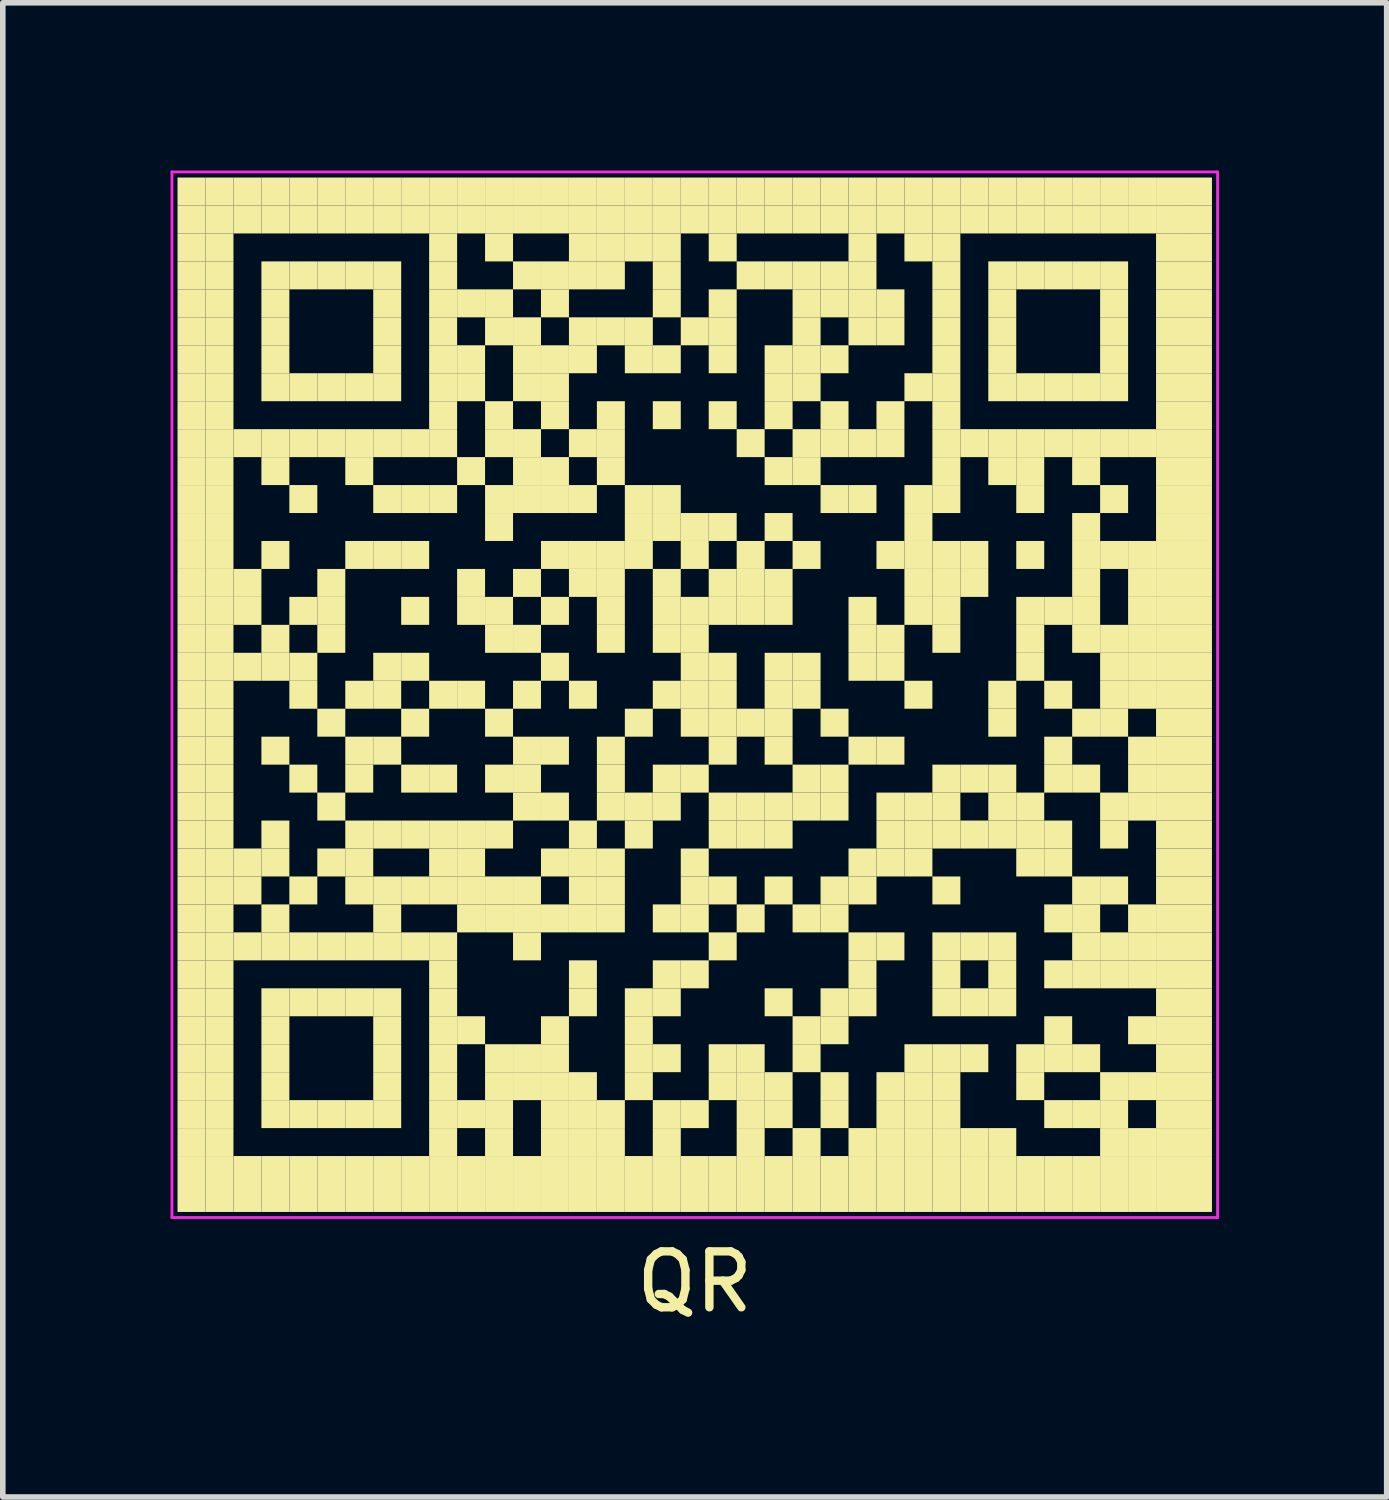
<source format=kicad_pcb>
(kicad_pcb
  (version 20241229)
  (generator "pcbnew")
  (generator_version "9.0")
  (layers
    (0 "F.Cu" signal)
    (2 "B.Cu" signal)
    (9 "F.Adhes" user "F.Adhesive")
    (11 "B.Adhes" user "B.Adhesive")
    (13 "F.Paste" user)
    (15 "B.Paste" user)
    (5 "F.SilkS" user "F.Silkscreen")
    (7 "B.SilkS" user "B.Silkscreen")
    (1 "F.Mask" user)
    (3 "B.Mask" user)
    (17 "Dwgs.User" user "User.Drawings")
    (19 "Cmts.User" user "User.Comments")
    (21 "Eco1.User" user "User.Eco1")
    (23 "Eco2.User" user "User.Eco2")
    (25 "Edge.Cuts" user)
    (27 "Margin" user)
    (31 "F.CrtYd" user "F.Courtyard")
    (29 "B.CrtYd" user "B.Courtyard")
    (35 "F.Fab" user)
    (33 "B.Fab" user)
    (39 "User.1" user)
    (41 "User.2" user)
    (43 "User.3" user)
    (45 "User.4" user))
  (footprint "QR"
    (layer "F.Cu")
    (at 9.375 9.375)
    (property "Reference" "QR" (at 0 10.5 0) (layer "F.SilkS") (effects (font (size 1 1) (thickness 0.15))))
    (attr through_hole)
    (fp_poly (pts (xy -8.75 -8.75) (xy -8.75 -9.25) (xy -9.25 -9.25) (xy -9.25 -8.75)) (stroke (width 0) (type solid)) (fill yes) (layer "F.SilkS"))
    (fp_poly (pts (xy -8.75 -8.25) (xy -8.75 -8.75) (xy -9.25 -8.75) (xy -9.25 -8.25)) (stroke (width 0) (type solid)) (fill yes) (layer "F.SilkS"))
    (fp_poly (pts (xy -8.75 -7.75) (xy -8.75 -8.25) (xy -9.25 -8.25) (xy -9.25 -7.75)) (stroke (width 0) (type solid)) (fill yes) (layer "F.SilkS"))
    (fp_poly (pts (xy -8.75 -7.25) (xy -8.75 -7.75) (xy -9.25 -7.75) (xy -9.25 -7.25)) (stroke (width 0) (type solid)) (fill yes) (layer "F.SilkS"))
    (fp_poly (pts (xy -8.75 -6.75) (xy -8.75 -7.25) (xy -9.25 -7.25) (xy -9.25 -6.75)) (stroke (width 0) (type solid)) (fill yes) (layer "F.SilkS"))
    (fp_poly (pts (xy -8.75 -6.25) (xy -8.75 -6.75) (xy -9.25 -6.75) (xy -9.25 -6.25)) (stroke (width 0) (type solid)) (fill yes) (layer "F.SilkS"))
    (fp_poly (pts (xy -8.75 -5.75) (xy -8.75 -6.25) (xy -9.25 -6.25) (xy -9.25 -5.75)) (stroke (width 0) (type solid)) (fill yes) (layer "F.SilkS"))
    (fp_poly (pts (xy -8.75 -5.25) (xy -8.75 -5.75) (xy -9.25 -5.75) (xy -9.25 -5.25)) (stroke (width 0) (type solid)) (fill yes) (layer "F.SilkS"))
    (fp_poly (pts (xy -8.75 -4.75) (xy -8.75 -5.25) (xy -9.25 -5.25) (xy -9.25 -4.75)) (stroke (width 0) (type solid)) (fill yes) (layer "F.SilkS"))
    (fp_poly (pts (xy -8.75 -4.25) (xy -8.75 -4.75) (xy -9.25 -4.75) (xy -9.25 -4.25)) (stroke (width 0) (type solid)) (fill yes) (layer "F.SilkS"))
    (fp_poly (pts (xy -8.75 -3.75) (xy -8.75 -4.25) (xy -9.25 -4.25) (xy -9.25 -3.75)) (stroke (width 0) (type solid)) (fill yes) (layer "F.SilkS"))
    (fp_poly (pts (xy -8.75 -3.25) (xy -8.75 -3.75) (xy -9.25 -3.75) (xy -9.25 -3.25)) (stroke (width 0) (type solid)) (fill yes) (layer "F.SilkS"))
    (fp_poly (pts (xy -8.75 -2.75) (xy -8.75 -3.25) (xy -9.25 -3.25) (xy -9.25 -2.75)) (stroke (width 0) (type solid)) (fill yes) (layer "F.SilkS"))
    (fp_poly (pts (xy -8.75 -2.25) (xy -8.75 -2.75) (xy -9.25 -2.75) (xy -9.25 -2.25)) (stroke (width 0) (type solid)) (fill yes) (layer "F.SilkS"))
    (fp_poly (pts (xy -8.75 -1.75) (xy -8.75 -2.25) (xy -9.25 -2.25) (xy -9.25 -1.75)) (stroke (width 0) (type solid)) (fill yes) (layer "F.SilkS"))
    (fp_poly (pts (xy -8.75 -1.25) (xy -8.75 -1.75) (xy -9.25 -1.75) (xy -9.25 -1.25)) (stroke (width 0) (type solid)) (fill yes) (layer "F.SilkS"))
    (fp_poly (pts (xy -8.75 -0.75) (xy -8.75 -1.25) (xy -9.25 -1.25) (xy -9.25 -0.75)) (stroke (width 0) (type solid)) (fill yes) (layer "F.SilkS"))
    (fp_poly (pts (xy -8.75 -0.25) (xy -8.75 -0.75) (xy -9.25 -0.75) (xy -9.25 -0.25)) (stroke (width 0) (type solid)) (fill yes) (layer "F.SilkS"))
    (fp_poly (pts (xy -8.75 0.25) (xy -8.75 -0.25) (xy -9.25 -0.25) (xy -9.25 0.25)) (stroke (width 0) (type solid)) (fill yes) (layer "F.SilkS"))
    (fp_poly (pts (xy -8.75 0.75) (xy -8.75 0.25) (xy -9.25 0.25) (xy -9.25 0.75)) (stroke (width 0) (type solid)) (fill yes) (layer "F.SilkS"))
    (fp_poly (pts (xy -8.75 1.25) (xy -8.75 0.75) (xy -9.25 0.75) (xy -9.25 1.25)) (stroke (width 0) (type solid)) (fill yes) (layer "F.SilkS"))
    (fp_poly (pts (xy -8.75 1.75) (xy -8.75 1.25) (xy -9.25 1.25) (xy -9.25 1.75)) (stroke (width 0) (type solid)) (fill yes) (layer "F.SilkS"))
    (fp_poly (pts (xy -8.75 2.25) (xy -8.75 1.75) (xy -9.25 1.75) (xy -9.25 2.25)) (stroke (width 0) (type solid)) (fill yes) (layer "F.SilkS"))
    (fp_poly (pts (xy -8.75 2.75) (xy -8.75 2.25) (xy -9.25 2.25) (xy -9.25 2.75)) (stroke (width 0) (type solid)) (fill yes) (layer "F.SilkS"))
    (fp_poly (pts (xy -8.75 3.25) (xy -8.75 2.75) (xy -9.25 2.75) (xy -9.25 3.25)) (stroke (width 0) (type solid)) (fill yes) (layer "F.SilkS"))
    (fp_poly (pts (xy -8.75 3.75) (xy -8.75 3.25) (xy -9.25 3.25) (xy -9.25 3.75)) (stroke (width 0) (type solid)) (fill yes) (layer "F.SilkS"))
    (fp_poly (pts (xy -8.75 4.25) (xy -8.75 3.75) (xy -9.25 3.75) (xy -9.25 4.25)) (stroke (width 0) (type solid)) (fill yes) (layer "F.SilkS"))
    (fp_poly (pts (xy -8.75 4.75) (xy -8.75 4.25) (xy -9.25 4.25) (xy -9.25 4.75)) (stroke (width 0) (type solid)) (fill yes) (layer "F.SilkS"))
    (fp_poly (pts (xy -8.75 5.25) (xy -8.75 4.75) (xy -9.25 4.75) (xy -9.25 5.25)) (stroke (width 0) (type solid)) (fill yes) (layer "F.SilkS"))
    (fp_poly (pts (xy -8.75 5.75) (xy -8.75 5.25) (xy -9.25 5.25) (xy -9.25 5.75)) (stroke (width 0) (type solid)) (fill yes) (layer "F.SilkS"))
    (fp_poly (pts (xy -8.75 6.25) (xy -8.75 5.75) (xy -9.25 5.75) (xy -9.25 6.25)) (stroke (width 0) (type solid)) (fill yes) (layer "F.SilkS"))
    (fp_poly (pts (xy -8.75 6.75) (xy -8.75 6.25) (xy -9.25 6.25) (xy -9.25 6.75)) (stroke (width 0) (type solid)) (fill yes) (layer "F.SilkS"))
    (fp_poly (pts (xy -8.75 7.25) (xy -8.75 6.75) (xy -9.25 6.75) (xy -9.25 7.25)) (stroke (width 0) (type solid)) (fill yes) (layer "F.SilkS"))
    (fp_poly (pts (xy -8.75 7.75) (xy -8.75 7.25) (xy -9.25 7.25) (xy -9.25 7.75)) (stroke (width 0) (type solid)) (fill yes) (layer "F.SilkS"))
    (fp_poly (pts (xy -8.75 8.25) (xy -8.75 7.75) (xy -9.25 7.75) (xy -9.25 8.25)) (stroke (width 0) (type solid)) (fill yes) (layer "F.SilkS"))
    (fp_poly (pts (xy -8.75 8.75) (xy -8.75 8.25) (xy -9.25 8.25) (xy -9.25 8.75)) (stroke (width 0) (type solid)) (fill yes) (layer "F.SilkS"))
    (fp_poly (pts (xy -8.75 9.25) (xy -8.75 8.75) (xy -9.25 8.75) (xy -9.25 9.25)) (stroke (width 0) (type solid)) (fill yes) (layer "F.SilkS"))
    (fp_poly (pts (xy -8.25 -8.75) (xy -8.25 -9.25) (xy -8.75 -9.25) (xy -8.75 -8.75)) (stroke (width 0) (type solid)) (fill yes) (layer "F.SilkS"))
    (fp_poly (pts (xy -8.25 -8.25) (xy -8.25 -8.75) (xy -8.75 -8.75) (xy -8.75 -8.25)) (stroke (width 0) (type solid)) (fill yes) (layer "F.SilkS"))
    (fp_poly (pts (xy -8.25 -7.75) (xy -8.25 -8.25) (xy -8.75 -8.25) (xy -8.75 -7.75)) (stroke (width 0) (type solid)) (fill yes) (layer "F.SilkS"))
    (fp_poly (pts (xy -8.25 -7.25) (xy -8.25 -7.75) (xy -8.75 -7.75) (xy -8.75 -7.25)) (stroke (width 0) (type solid)) (fill yes) (layer "F.SilkS"))
    (fp_poly (pts (xy -8.25 -6.75) (xy -8.25 -7.25) (xy -8.75 -7.25) (xy -8.75 -6.75)) (stroke (width 0) (type solid)) (fill yes) (layer "F.SilkS"))
    (fp_poly (pts (xy -8.25 -6.25) (xy -8.25 -6.75) (xy -8.75 -6.75) (xy -8.75 -6.25)) (stroke (width 0) (type solid)) (fill yes) (layer "F.SilkS"))
    (fp_poly (pts (xy -8.25 -5.75) (xy -8.25 -6.25) (xy -8.75 -6.25) (xy -8.75 -5.75)) (stroke (width 0) (type solid)) (fill yes) (layer "F.SilkS"))
    (fp_poly (pts (xy -8.25 -5.25) (xy -8.25 -5.75) (xy -8.75 -5.75) (xy -8.75 -5.25)) (stroke (width 0) (type solid)) (fill yes) (layer "F.SilkS"))
    (fp_poly (pts (xy -8.25 -4.75) (xy -8.25 -5.25) (xy -8.75 -5.25) (xy -8.75 -4.75)) (stroke (width 0) (type solid)) (fill yes) (layer "F.SilkS"))
    (fp_poly (pts (xy -8.25 -4.25) (xy -8.25 -4.75) (xy -8.75 -4.75) (xy -8.75 -4.25)) (stroke (width 0) (type solid)) (fill yes) (layer "F.SilkS"))
    (fp_poly (pts (xy -8.25 -3.75) (xy -8.25 -4.25) (xy -8.75 -4.25) (xy -8.75 -3.75)) (stroke (width 0) (type solid)) (fill yes) (layer "F.SilkS"))
    (fp_poly (pts (xy -8.25 -3.25) (xy -8.25 -3.75) (xy -8.75 -3.75) (xy -8.75 -3.25)) (stroke (width 0) (type solid)) (fill yes) (layer "F.SilkS"))
    (fp_poly (pts (xy -8.25 -2.75) (xy -8.25 -3.25) (xy -8.75 -3.25) (xy -8.75 -2.75)) (stroke (width 0) (type solid)) (fill yes) (layer "F.SilkS"))
    (fp_poly (pts (xy -8.25 -2.25) (xy -8.25 -2.75) (xy -8.75 -2.75) (xy -8.75 -2.25)) (stroke (width 0) (type solid)) (fill yes) (layer "F.SilkS"))
    (fp_poly (pts (xy -8.25 -1.75) (xy -8.25 -2.25) (xy -8.75 -2.25) (xy -8.75 -1.75)) (stroke (width 0) (type solid)) (fill yes) (layer "F.SilkS"))
    (fp_poly (pts (xy -8.25 -1.25) (xy -8.25 -1.75) (xy -8.75 -1.75) (xy -8.75 -1.25)) (stroke (width 0) (type solid)) (fill yes) (layer "F.SilkS"))
    (fp_poly (pts (xy -8.25 -0.75) (xy -8.25 -1.25) (xy -8.75 -1.25) (xy -8.75 -0.75)) (stroke (width 0) (type solid)) (fill yes) (layer "F.SilkS"))
    (fp_poly (pts (xy -8.25 -0.25) (xy -8.25 -0.75) (xy -8.75 -0.75) (xy -8.75 -0.25)) (stroke (width 0) (type solid)) (fill yes) (layer "F.SilkS"))
    (fp_poly (pts (xy -8.25 0.25) (xy -8.25 -0.25) (xy -8.75 -0.25) (xy -8.75 0.25)) (stroke (width 0) (type solid)) (fill yes) (layer "F.SilkS"))
    (fp_poly (pts (xy -8.25 0.75) (xy -8.25 0.25) (xy -8.75 0.25) (xy -8.75 0.75)) (stroke (width 0) (type solid)) (fill yes) (layer "F.SilkS"))
    (fp_poly (pts (xy -8.25 1.25) (xy -8.25 0.75) (xy -8.75 0.75) (xy -8.75 1.25)) (stroke (width 0) (type solid)) (fill yes) (layer "F.SilkS"))
    (fp_poly (pts (xy -8.25 1.75) (xy -8.25 1.25) (xy -8.75 1.25) (xy -8.75 1.75)) (stroke (width 0) (type solid)) (fill yes) (layer "F.SilkS"))
    (fp_poly (pts (xy -8.25 2.25) (xy -8.25 1.75) (xy -8.75 1.75) (xy -8.75 2.25)) (stroke (width 0) (type solid)) (fill yes) (layer "F.SilkS"))
    (fp_poly (pts (xy -8.25 2.75) (xy -8.25 2.25) (xy -8.75 2.25) (xy -8.75 2.75)) (stroke (width 0) (type solid)) (fill yes) (layer "F.SilkS"))
    (fp_poly (pts (xy -8.25 3.25) (xy -8.25 2.75) (xy -8.75 2.75) (xy -8.75 3.25)) (stroke (width 0) (type solid)) (fill yes) (layer "F.SilkS"))
    (fp_poly (pts (xy -8.25 3.75) (xy -8.25 3.25) (xy -8.75 3.25) (xy -8.75 3.75)) (stroke (width 0) (type solid)) (fill yes) (layer "F.SilkS"))
    (fp_poly (pts (xy -8.25 4.25) (xy -8.25 3.75) (xy -8.75 3.75) (xy -8.75 4.25)) (stroke (width 0) (type solid)) (fill yes) (layer "F.SilkS"))
    (fp_poly (pts (xy -8.25 4.75) (xy -8.25 4.25) (xy -8.75 4.25) (xy -8.75 4.75)) (stroke (width 0) (type solid)) (fill yes) (layer "F.SilkS"))
    (fp_poly (pts (xy -8.25 5.25) (xy -8.25 4.75) (xy -8.75 4.75) (xy -8.75 5.25)) (stroke (width 0) (type solid)) (fill yes) (layer "F.SilkS"))
    (fp_poly (pts (xy -8.25 5.75) (xy -8.25 5.25) (xy -8.75 5.25) (xy -8.75 5.75)) (stroke (width 0) (type solid)) (fill yes) (layer "F.SilkS"))
    (fp_poly (pts (xy -8.25 6.25) (xy -8.25 5.75) (xy -8.75 5.75) (xy -8.75 6.25)) (stroke (width 0) (type solid)) (fill yes) (layer "F.SilkS"))
    (fp_poly (pts (xy -8.25 6.75) (xy -8.25 6.25) (xy -8.75 6.25) (xy -8.75 6.75)) (stroke (width 0) (type solid)) (fill yes) (layer "F.SilkS"))
    (fp_poly (pts (xy -8.25 7.25) (xy -8.25 6.75) (xy -8.75 6.75) (xy -8.75 7.25)) (stroke (width 0) (type solid)) (fill yes) (layer "F.SilkS"))
    (fp_poly (pts (xy -8.25 7.75) (xy -8.25 7.25) (xy -8.75 7.25) (xy -8.75 7.75)) (stroke (width 0) (type solid)) (fill yes) (layer "F.SilkS"))
    (fp_poly (pts (xy -8.25 8.25) (xy -8.25 7.75) (xy -8.75 7.75) (xy -8.75 8.25)) (stroke (width 0) (type solid)) (fill yes) (layer "F.SilkS"))
    (fp_poly (pts (xy -8.25 8.75) (xy -8.25 8.25) (xy -8.75 8.25) (xy -8.75 8.75)) (stroke (width 0) (type solid)) (fill yes) (layer "F.SilkS"))
    (fp_poly (pts (xy -8.25 9.25) (xy -8.25 8.75) (xy -8.75 8.75) (xy -8.75 9.25)) (stroke (width 0) (type solid)) (fill yes) (layer "F.SilkS"))
    (fp_poly (pts (xy -7.75 -8.75) (xy -7.75 -9.25) (xy -8.25 -9.25) (xy -8.25 -8.75)) (stroke (width 0) (type solid)) (fill yes) (layer "F.SilkS"))
    (fp_poly (pts (xy -7.75 -8.25) (xy -7.75 -8.75) (xy -8.25 -8.75) (xy -8.25 -8.25)) (stroke (width 0) (type solid)) (fill yes) (layer "F.SilkS"))
    (fp_poly (pts (xy -7.75 -4.25) (xy -7.75 -4.75) (xy -8.25 -4.75) (xy -8.25 -4.25)) (stroke (width 0) (type solid)) (fill yes) (layer "F.SilkS"))
    (fp_poly (pts (xy -7.75 -1.75) (xy -7.75 -2.25) (xy -8.25 -2.25) (xy -8.25 -1.75)) (stroke (width 0) (type solid)) (fill yes) (layer "F.SilkS"))
    (fp_poly (pts (xy -7.75 -1.25) (xy -7.75 -1.75) (xy -8.25 -1.75) (xy -8.25 -1.25)) (stroke (width 0) (type solid)) (fill yes) (layer "F.SilkS"))
    (fp_poly (pts (xy -7.75 -0.25) (xy -7.75 -0.75) (xy -8.25 -0.75) (xy -8.25 -0.25)) (stroke (width 0) (type solid)) (fill yes) (layer "F.SilkS"))
    (fp_poly (pts (xy -7.75 3.25) (xy -7.75 2.75) (xy -8.25 2.75) (xy -8.25 3.25)) (stroke (width 0) (type solid)) (fill yes) (layer "F.SilkS"))
    (fp_poly (pts (xy -7.75 3.75) (xy -7.75 3.25) (xy -8.25 3.25) (xy -8.25 3.75)) (stroke (width 0) (type solid)) (fill yes) (layer "F.SilkS"))
    (fp_poly (pts (xy -7.75 4.75) (xy -7.75 4.25) (xy -8.25 4.25) (xy -8.25 4.75)) (stroke (width 0) (type solid)) (fill yes) (layer "F.SilkS"))
    (fp_poly (pts (xy -7.75 8.75) (xy -7.75 8.25) (xy -8.25 8.25) (xy -8.25 8.75)) (stroke (width 0) (type solid)) (fill yes) (layer "F.SilkS"))
    (fp_poly (pts (xy -7.75 9.25) (xy -7.75 8.75) (xy -8.25 8.75) (xy -8.25 9.25)) (stroke (width 0) (type solid)) (fill yes) (layer "F.SilkS"))
    (fp_poly (pts (xy -7.25 -8.75) (xy -7.25 -9.25) (xy -7.75 -9.25) (xy -7.75 -8.75)) (stroke (width 0) (type solid)) (fill yes) (layer "F.SilkS"))
    (fp_poly (pts (xy -7.25 -8.25) (xy -7.25 -8.75) (xy -7.75 -8.75) (xy -7.75 -8.25)) (stroke (width 0) (type solid)) (fill yes) (layer "F.SilkS"))
    (fp_poly (pts (xy -7.25 -7.25) (xy -7.25 -7.75) (xy -7.75 -7.75) (xy -7.75 -7.25)) (stroke (width 0) (type solid)) (fill yes) (layer "F.SilkS"))
    (fp_poly (pts (xy -7.25 -6.75) (xy -7.25 -7.25) (xy -7.75 -7.25) (xy -7.75 -6.75)) (stroke (width 0) (type solid)) (fill yes) (layer "F.SilkS"))
    (fp_poly (pts (xy -7.25 -6.25) (xy -7.25 -6.75) (xy -7.75 -6.75) (xy -7.75 -6.25)) (stroke (width 0) (type solid)) (fill yes) (layer "F.SilkS"))
    (fp_poly (pts (xy -7.25 -5.75) (xy -7.25 -6.25) (xy -7.75 -6.25) (xy -7.75 -5.75)) (stroke (width 0) (type solid)) (fill yes) (layer "F.SilkS"))
    (fp_poly (pts (xy -7.25 -5.25) (xy -7.25 -5.75) (xy -7.75 -5.75) (xy -7.75 -5.25)) (stroke (width 0) (type solid)) (fill yes) (layer "F.SilkS"))
    (fp_poly (pts (xy -7.25 -4.25) (xy -7.25 -4.75) (xy -7.75 -4.75) (xy -7.75 -4.25)) (stroke (width 0) (type solid)) (fill yes) (layer "F.SilkS"))
    (fp_poly (pts (xy -7.25 -3.75) (xy -7.25 -4.25) (xy -7.75 -4.25) (xy -7.75 -3.75)) (stroke (width 0) (type solid)) (fill yes) (layer "F.SilkS"))
    (fp_poly (pts (xy -7.25 -2.25) (xy -7.25 -2.75) (xy -7.75 -2.75) (xy -7.75 -2.25)) (stroke (width 0) (type solid)) (fill yes) (layer "F.SilkS"))
    (fp_poly (pts (xy -7.25 -0.75) (xy -7.25 -1.25) (xy -7.75 -1.25) (xy -7.75 -0.75)) (stroke (width 0) (type solid)) (fill yes) (layer "F.SilkS"))
    (fp_poly (pts (xy -7.25 -0.25) (xy -7.25 -0.75) (xy -7.75 -0.75) (xy -7.75 -0.25)) (stroke (width 0) (type solid)) (fill yes) (layer "F.SilkS"))
    (fp_poly (pts (xy -7.25 1.25) (xy -7.25 0.75) (xy -7.75 0.75) (xy -7.75 1.25)) (stroke (width 0) (type solid)) (fill yes) (layer "F.SilkS"))
    (fp_poly (pts (xy -7.25 2.75) (xy -7.25 2.25) (xy -7.75 2.25) (xy -7.75 2.75)) (stroke (width 0) (type solid)) (fill yes) (layer "F.SilkS"))
    (fp_poly (pts (xy -7.25 3.25) (xy -7.25 2.75) (xy -7.75 2.75) (xy -7.75 3.25)) (stroke (width 0) (type solid)) (fill yes) (layer "F.SilkS"))
    (fp_poly (pts (xy -7.25 4.25) (xy -7.25 3.75) (xy -7.75 3.75) (xy -7.75 4.25)) (stroke (width 0) (type solid)) (fill yes) (layer "F.SilkS"))
    (fp_poly (pts (xy -7.25 4.75) (xy -7.25 4.25) (xy -7.75 4.25) (xy -7.75 4.75)) (stroke (width 0) (type solid)) (fill yes) (layer "F.SilkS"))
    (fp_poly (pts (xy -7.25 5.75) (xy -7.25 5.25) (xy -7.75 5.25) (xy -7.75 5.75)) (stroke (width 0) (type solid)) (fill yes) (layer "F.SilkS"))
    (fp_poly (pts (xy -7.25 6.25) (xy -7.25 5.75) (xy -7.75 5.75) (xy -7.75 6.25)) (stroke (width 0) (type solid)) (fill yes) (layer "F.SilkS"))
    (fp_poly (pts (xy -7.25 6.75) (xy -7.25 6.25) (xy -7.75 6.25) (xy -7.75 6.75)) (stroke (width 0) (type solid)) (fill yes) (layer "F.SilkS"))
    (fp_poly (pts (xy -7.25 7.25) (xy -7.25 6.75) (xy -7.75 6.75) (xy -7.75 7.25)) (stroke (width 0) (type solid)) (fill yes) (layer "F.SilkS"))
    (fp_poly (pts (xy -7.25 7.75) (xy -7.25 7.25) (xy -7.75 7.25) (xy -7.75 7.75)) (stroke (width 0) (type solid)) (fill yes) (layer "F.SilkS"))
    (fp_poly (pts (xy -7.25 8.75) (xy -7.25 8.25) (xy -7.75 8.25) (xy -7.75 8.75)) (stroke (width 0) (type solid)) (fill yes) (layer "F.SilkS"))
    (fp_poly (pts (xy -7.25 9.25) (xy -7.25 8.75) (xy -7.75 8.75) (xy -7.75 9.25)) (stroke (width 0) (type solid)) (fill yes) (layer "F.SilkS"))
    (fp_poly (pts (xy -6.75 -8.75) (xy -6.75 -9.25) (xy -7.25 -9.25) (xy -7.25 -8.75)) (stroke (width 0) (type solid)) (fill yes) (layer "F.SilkS"))
    (fp_poly (pts (xy -6.75 -8.25) (xy -6.75 -8.75) (xy -7.25 -8.75) (xy -7.25 -8.25)) (stroke (width 0) (type solid)) (fill yes) (layer "F.SilkS"))
    (fp_poly (pts (xy -6.75 -7.25) (xy -6.75 -7.75) (xy -7.25 -7.75) (xy -7.25 -7.25)) (stroke (width 0) (type solid)) (fill yes) (layer "F.SilkS"))
    (fp_poly (pts (xy -6.75 -5.25) (xy -6.75 -5.75) (xy -7.25 -5.75) (xy -7.25 -5.25)) (stroke (width 0) (type solid)) (fill yes) (layer "F.SilkS"))
    (fp_poly (pts (xy -6.75 -4.25) (xy -6.75 -4.75) (xy -7.25 -4.75) (xy -7.25 -4.25)) (stroke (width 0) (type solid)) (fill yes) (layer "F.SilkS"))
    (fp_poly (pts (xy -6.75 -3.25) (xy -6.75 -3.75) (xy -7.25 -3.75) (xy -7.25 -3.25)) (stroke (width 0) (type solid)) (fill yes) (layer "F.SilkS"))
    (fp_poly (pts (xy -6.75 -1.25) (xy -6.75 -1.75) (xy -7.25 -1.75) (xy -7.25 -1.25)) (stroke (width 0) (type solid)) (fill yes) (layer "F.SilkS"))
    (fp_poly (pts (xy -6.75 -0.25) (xy -6.75 -0.75) (xy -7.25 -0.75) (xy -7.25 -0.25)) (stroke (width 0) (type solid)) (fill yes) (layer "F.SilkS"))
    (fp_poly (pts (xy -6.75 0.25) (xy -6.75 -0.25) (xy -7.25 -0.25) (xy -7.25 0.25)) (stroke (width 0) (type solid)) (fill yes) (layer "F.SilkS"))
    (fp_poly (pts (xy -6.75 1.75) (xy -6.75 1.25) (xy -7.25 1.25) (xy -7.25 1.75)) (stroke (width 0) (type solid)) (fill yes) (layer "F.SilkS"))
    (fp_poly (pts (xy -6.75 3.75) (xy -6.75 3.25) (xy -7.25 3.25) (xy -7.25 3.75)) (stroke (width 0) (type solid)) (fill yes) (layer "F.SilkS"))
    (fp_poly (pts (xy -6.75 4.75) (xy -6.75 4.25) (xy -7.25 4.25) (xy -7.25 4.75)) (stroke (width 0) (type solid)) (fill yes) (layer "F.SilkS"))
    (fp_poly (pts (xy -6.75 5.75) (xy -6.75 5.25) (xy -7.25 5.25) (xy -7.25 5.75)) (stroke (width 0) (type solid)) (fill yes) (layer "F.SilkS"))
    (fp_poly (pts (xy -6.75 7.75) (xy -6.75 7.25) (xy -7.25 7.25) (xy -7.25 7.75)) (stroke (width 0) (type solid)) (fill yes) (layer "F.SilkS"))
    (fp_poly (pts (xy -6.75 8.75) (xy -6.75 8.25) (xy -7.25 8.25) (xy -7.25 8.75)) (stroke (width 0) (type solid)) (fill yes) (layer "F.SilkS"))
    (fp_poly (pts (xy -6.75 9.25) (xy -6.75 8.75) (xy -7.25 8.75) (xy -7.25 9.25)) (stroke (width 0) (type solid)) (fill yes) (layer "F.SilkS"))
    (fp_poly (pts (xy -6.25 -8.75) (xy -6.25 -9.25) (xy -6.75 -9.25) (xy -6.75 -8.75)) (stroke (width 0) (type solid)) (fill yes) (layer "F.SilkS"))
    (fp_poly (pts (xy -6.25 -8.25) (xy -6.25 -8.75) (xy -6.75 -8.75) (xy -6.75 -8.25)) (stroke (width 0) (type solid)) (fill yes) (layer "F.SilkS"))
    (fp_poly (pts (xy -6.25 -7.25) (xy -6.25 -7.75) (xy -6.75 -7.75) (xy -6.75 -7.25)) (stroke (width 0) (type solid)) (fill yes) (layer "F.SilkS"))
    (fp_poly (pts (xy -6.25 -5.25) (xy -6.25 -5.75) (xy -6.75 -5.75) (xy -6.75 -5.25)) (stroke (width 0) (type solid)) (fill yes) (layer "F.SilkS"))
    (fp_poly (pts (xy -6.25 -4.25) (xy -6.25 -4.75) (xy -6.75 -4.75) (xy -6.75 -4.25)) (stroke (width 0) (type solid)) (fill yes) (layer "F.SilkS"))
    (fp_poly (pts (xy -6.25 -1.75) (xy -6.25 -2.25) (xy -6.75 -2.25) (xy -6.75 -1.75)) (stroke (width 0) (type solid)) (fill yes) (layer "F.SilkS"))
    (fp_poly (pts (xy -6.25 -1.25) (xy -6.25 -1.75) (xy -6.75 -1.75) (xy -6.75 -1.25)) (stroke (width 0) (type solid)) (fill yes) (layer "F.SilkS"))
    (fp_poly (pts (xy -6.25 -0.75) (xy -6.25 -1.25) (xy -6.75 -1.25) (xy -6.75 -0.75)) (stroke (width 0) (type solid)) (fill yes) (layer "F.SilkS"))
    (fp_poly (pts (xy -6.25 0.75) (xy -6.25 0.25) (xy -6.75 0.25) (xy -6.75 0.75)) (stroke (width 0) (type solid)) (fill yes) (layer "F.SilkS"))
    (fp_poly (pts (xy -6.25 2.25) (xy -6.25 1.75) (xy -6.75 1.75) (xy -6.75 2.25)) (stroke (width 0) (type solid)) (fill yes) (layer "F.SilkS"))
    (fp_poly (pts (xy -6.25 3.25) (xy -6.25 2.75) (xy -6.75 2.75) (xy -6.75 3.25)) (stroke (width 0) (type solid)) (fill yes) (layer "F.SilkS"))
    (fp_poly (pts (xy -6.25 4.75) (xy -6.25 4.25) (xy -6.75 4.25) (xy -6.75 4.75)) (stroke (width 0) (type solid)) (fill yes) (layer "F.SilkS"))
    (fp_poly (pts (xy -6.25 5.75) (xy -6.25 5.25) (xy -6.75 5.25) (xy -6.75 5.75)) (stroke (width 0) (type solid)) (fill yes) (layer "F.SilkS"))
    (fp_poly (pts (xy -6.25 7.75) (xy -6.25 7.25) (xy -6.75 7.25) (xy -6.75 7.75)) (stroke (width 0) (type solid)) (fill yes) (layer "F.SilkS"))
    (fp_poly (pts (xy -6.25 8.75) (xy -6.25 8.25) (xy -6.75 8.25) (xy -6.75 8.75)) (stroke (width 0) (type solid)) (fill yes) (layer "F.SilkS"))
    (fp_poly (pts (xy -6.25 9.25) (xy -6.25 8.75) (xy -6.75 8.75) (xy -6.75 9.25)) (stroke (width 0) (type solid)) (fill yes) (layer "F.SilkS"))
    (fp_poly (pts (xy -5.75 -8.75) (xy -5.75 -9.25) (xy -6.25 -9.25) (xy -6.25 -8.75)) (stroke (width 0) (type solid)) (fill yes) (layer "F.SilkS"))
    (fp_poly (pts (xy -5.75 -8.25) (xy -5.75 -8.75) (xy -6.25 -8.75) (xy -6.25 -8.25)) (stroke (width 0) (type solid)) (fill yes) (layer "F.SilkS"))
    (fp_poly (pts (xy -5.75 -7.25) (xy -5.75 -7.75) (xy -6.25 -7.75) (xy -6.25 -7.25)) (stroke (width 0) (type solid)) (fill yes) (layer "F.SilkS"))
    (fp_poly (pts (xy -5.75 -5.25) (xy -5.75 -5.75) (xy -6.25 -5.75) (xy -6.25 -5.25)) (stroke (width 0) (type solid)) (fill yes) (layer "F.SilkS"))
    (fp_poly (pts (xy -5.75 -4.25) (xy -5.75 -4.75) (xy -6.25 -4.75) (xy -6.25 -4.25)) (stroke (width 0) (type solid)) (fill yes) (layer "F.SilkS"))
    (fp_poly (pts (xy -5.75 -3.75) (xy -5.75 -4.25) (xy -6.25 -4.25) (xy -6.25 -3.75)) (stroke (width 0) (type solid)) (fill yes) (layer "F.SilkS"))
    (fp_poly (pts (xy -5.75 -2.25) (xy -5.75 -2.75) (xy -6.25 -2.75) (xy -6.25 -2.25)) (stroke (width 0) (type solid)) (fill yes) (layer "F.SilkS"))
    (fp_poly (pts (xy -5.75 0.25) (xy -5.75 -0.25) (xy -6.25 -0.25) (xy -6.25 0.25)) (stroke (width 0) (type solid)) (fill yes) (layer "F.SilkS"))
    (fp_poly (pts (xy -5.75 1.25) (xy -5.75 0.75) (xy -6.25 0.75) (xy -6.25 1.25)) (stroke (width 0) (type solid)) (fill yes) (layer "F.SilkS"))
    (fp_poly (pts (xy -5.75 1.75) (xy -5.75 1.25) (xy -6.25 1.25) (xy -6.25 1.75)) (stroke (width 0) (type solid)) (fill yes) (layer "F.SilkS"))
    (fp_poly (pts (xy -5.75 2.75) (xy -5.75 2.25) (xy -6.25 2.25) (xy -6.25 2.75)) (stroke (width 0) (type solid)) (fill yes) (layer "F.SilkS"))
    (fp_poly (pts (xy -5.75 3.25) (xy -5.75 2.75) (xy -6.25 2.75) (xy -6.25 3.25)) (stroke (width 0) (type solid)) (fill yes) (layer "F.SilkS"))
    (fp_poly (pts (xy -5.75 3.75) (xy -5.75 3.25) (xy -6.25 3.25) (xy -6.25 3.75)) (stroke (width 0) (type solid)) (fill yes) (layer "F.SilkS"))
    (fp_poly (pts (xy -5.75 4.75) (xy -5.75 4.25) (xy -6.25 4.25) (xy -6.25 4.75)) (stroke (width 0) (type solid)) (fill yes) (layer "F.SilkS"))
    (fp_poly (pts (xy -5.75 5.75) (xy -5.75 5.25) (xy -6.25 5.25) (xy -6.25 5.75)) (stroke (width 0) (type solid)) (fill yes) (layer "F.SilkS"))
    (fp_poly (pts (xy -5.75 7.75) (xy -5.75 7.25) (xy -6.25 7.25) (xy -6.25 7.75)) (stroke (width 0) (type solid)) (fill yes) (layer "F.SilkS"))
    (fp_poly (pts (xy -5.75 8.75) (xy -5.75 8.25) (xy -6.25 8.25) (xy -6.25 8.75)) (stroke (width 0) (type solid)) (fill yes) (layer "F.SilkS"))
    (fp_poly (pts (xy -5.75 9.25) (xy -5.75 8.75) (xy -6.25 8.75) (xy -6.25 9.25)) (stroke (width 0) (type solid)) (fill yes) (layer "F.SilkS"))
    (fp_poly (pts (xy -5.25 -8.75) (xy -5.25 -9.25) (xy -5.75 -9.25) (xy -5.75 -8.75)) (stroke (width 0) (type solid)) (fill yes) (layer "F.SilkS"))
    (fp_poly (pts (xy -5.25 -8.25) (xy -5.25 -8.75) (xy -5.75 -8.75) (xy -5.75 -8.25)) (stroke (width 0) (type solid)) (fill yes) (layer "F.SilkS"))
    (fp_poly (pts (xy -5.25 -7.25) (xy -5.25 -7.75) (xy -5.75 -7.75) (xy -5.75 -7.25)) (stroke (width 0) (type solid)) (fill yes) (layer "F.SilkS"))
    (fp_poly (pts (xy -5.25 -6.75) (xy -5.25 -7.25) (xy -5.75 -7.25) (xy -5.75 -6.75)) (stroke (width 0) (type solid)) (fill yes) (layer "F.SilkS"))
    (fp_poly (pts (xy -5.25 -6.25) (xy -5.25 -6.75) (xy -5.75 -6.75) (xy -5.75 -6.25)) (stroke (width 0) (type solid)) (fill yes) (layer "F.SilkS"))
    (fp_poly (pts (xy -5.25 -5.75) (xy -5.25 -6.25) (xy -5.75 -6.25) (xy -5.75 -5.75)) (stroke (width 0) (type solid)) (fill yes) (layer "F.SilkS"))
    (fp_poly (pts (xy -5.25 -5.25) (xy -5.25 -5.75) (xy -5.75 -5.75) (xy -5.75 -5.25)) (stroke (width 0) (type solid)) (fill yes) (layer "F.SilkS"))
    (fp_poly (pts (xy -5.25 -4.25) (xy -5.25 -4.75) (xy -5.75 -4.75) (xy -5.75 -4.25)) (stroke (width 0) (type solid)) (fill yes) (layer "F.SilkS"))
    (fp_poly (pts (xy -5.25 -3.25) (xy -5.25 -3.75) (xy -5.75 -3.75) (xy -5.75 -3.25)) (stroke (width 0) (type solid)) (fill yes) (layer "F.SilkS"))
    (fp_poly (pts (xy -5.25 -2.25) (xy -5.25 -2.75) (xy -5.75 -2.75) (xy -5.75 -2.25)) (stroke (width 0) (type solid)) (fill yes) (layer "F.SilkS"))
    (fp_poly (pts (xy -5.25 -0.25) (xy -5.25 -0.75) (xy -5.75 -0.75) (xy -5.75 -0.25)) (stroke (width 0) (type solid)) (fill yes) (layer "F.SilkS"))
    (fp_poly (pts (xy -5.25 0.25) (xy -5.25 -0.25) (xy -5.75 -0.25) (xy -5.75 0.25)) (stroke (width 0) (type solid)) (fill yes) (layer "F.SilkS"))
    (fp_poly (pts (xy -5.25 1.25) (xy -5.25 0.75) (xy -5.75 0.75) (xy -5.75 1.25)) (stroke (width 0) (type solid)) (fill yes) (layer "F.SilkS"))
    (fp_poly (pts (xy -5.25 2.75) (xy -5.25 2.25) (xy -5.75 2.25) (xy -5.75 2.75)) (stroke (width 0) (type solid)) (fill yes) (layer "F.SilkS"))
    (fp_poly (pts (xy -5.25 3.75) (xy -5.25 3.25) (xy -5.75 3.25) (xy -5.75 3.75)) (stroke (width 0) (type solid)) (fill yes) (layer "F.SilkS"))
    (fp_poly (pts (xy -5.25 4.25) (xy -5.25 3.75) (xy -5.75 3.75) (xy -5.75 4.25)) (stroke (width 0) (type solid)) (fill yes) (layer "F.SilkS"))
    (fp_poly (pts (xy -5.25 4.75) (xy -5.25 4.25) (xy -5.75 4.25) (xy -5.75 4.75)) (stroke (width 0) (type solid)) (fill yes) (layer "F.SilkS"))
    (fp_poly (pts (xy -5.25 5.75) (xy -5.25 5.25) (xy -5.75 5.25) (xy -5.75 5.75)) (stroke (width 0) (type solid)) (fill yes) (layer "F.SilkS"))
    (fp_poly (pts (xy -5.25 6.25) (xy -5.25 5.75) (xy -5.75 5.75) (xy -5.75 6.25)) (stroke (width 0) (type solid)) (fill yes) (layer "F.SilkS"))
    (fp_poly (pts (xy -5.25 6.75) (xy -5.25 6.25) (xy -5.75 6.25) (xy -5.75 6.75)) (stroke (width 0) (type solid)) (fill yes) (layer "F.SilkS"))
    (fp_poly (pts (xy -5.25 7.25) (xy -5.25 6.75) (xy -5.75 6.75) (xy -5.75 7.25)) (stroke (width 0) (type solid)) (fill yes) (layer "F.SilkS"))
    (fp_poly (pts (xy -5.25 7.75) (xy -5.25 7.25) (xy -5.75 7.25) (xy -5.75 7.75)) (stroke (width 0) (type solid)) (fill yes) (layer "F.SilkS"))
    (fp_poly (pts (xy -5.25 8.75) (xy -5.25 8.25) (xy -5.75 8.25) (xy -5.75 8.75)) (stroke (width 0) (type solid)) (fill yes) (layer "F.SilkS"))
    (fp_poly (pts (xy -5.25 9.25) (xy -5.25 8.75) (xy -5.75 8.75) (xy -5.75 9.25)) (stroke (width 0) (type solid)) (fill yes) (layer "F.SilkS"))
    (fp_poly (pts (xy -4.75 -8.75) (xy -4.75 -9.25) (xy -5.25 -9.25) (xy -5.25 -8.75)) (stroke (width 0) (type solid)) (fill yes) (layer "F.SilkS"))
    (fp_poly (pts (xy -4.75 -8.25) (xy -4.75 -8.75) (xy -5.25 -8.75) (xy -5.25 -8.25)) (stroke (width 0) (type solid)) (fill yes) (layer "F.SilkS"))
    (fp_poly (pts (xy -4.75 -4.25) (xy -4.75 -4.75) (xy -5.25 -4.75) (xy -5.25 -4.25)) (stroke (width 0) (type solid)) (fill yes) (layer "F.SilkS"))
    (fp_poly (pts (xy -4.75 -3.25) (xy -4.75 -3.75) (xy -5.25 -3.75) (xy -5.25 -3.25)) (stroke (width 0) (type solid)) (fill yes) (layer "F.SilkS"))
    (fp_poly (pts (xy -4.75 -2.25) (xy -4.75 -2.75) (xy -5.25 -2.75) (xy -5.25 -2.25)) (stroke (width 0) (type solid)) (fill yes) (layer "F.SilkS"))
    (fp_poly (pts (xy -4.75 -1.25) (xy -4.75 -1.75) (xy -5.25 -1.75) (xy -5.25 -1.25)) (stroke (width 0) (type solid)) (fill yes) (layer "F.SilkS"))
    (fp_poly (pts (xy -4.75 -0.25) (xy -4.75 -0.75) (xy -5.25 -0.75) (xy -5.25 -0.25)) (stroke (width 0) (type solid)) (fill yes) (layer "F.SilkS"))
    (fp_poly (pts (xy -4.75 0.75) (xy -4.75 0.25) (xy -5.25 0.25) (xy -5.25 0.75)) (stroke (width 0) (type solid)) (fill yes) (layer "F.SilkS"))
    (fp_poly (pts (xy -4.75 1.75) (xy -4.75 1.25) (xy -5.25 1.25) (xy -5.25 1.75)) (stroke (width 0) (type solid)) (fill yes) (layer "F.SilkS"))
    (fp_poly (pts (xy -4.75 2.75) (xy -4.75 2.25) (xy -5.25 2.25) (xy -5.25 2.75)) (stroke (width 0) (type solid)) (fill yes) (layer "F.SilkS"))
    (fp_poly (pts (xy -4.75 3.75) (xy -4.75 3.25) (xy -5.25 3.25) (xy -5.25 3.75)) (stroke (width 0) (type solid)) (fill yes) (layer "F.SilkS"))
    (fp_poly (pts (xy -4.75 4.75) (xy -4.75 4.25) (xy -5.25 4.25) (xy -5.25 4.75)) (stroke (width 0) (type solid)) (fill yes) (layer "F.SilkS"))
    (fp_poly (pts (xy -4.75 8.75) (xy -4.75 8.25) (xy -5.25 8.25) (xy -5.25 8.75)) (stroke (width 0) (type solid)) (fill yes) (layer "F.SilkS"))
    (fp_poly (pts (xy -4.75 9.25) (xy -4.75 8.75) (xy -5.25 8.75) (xy -5.25 9.25)) (stroke (width 0) (type solid)) (fill yes) (layer "F.SilkS"))
    (fp_poly (pts (xy -4.25 -8.75) (xy -4.25 -9.25) (xy -4.75 -9.25) (xy -4.75 -8.75)) (stroke (width 0) (type solid)) (fill yes) (layer "F.SilkS"))
    (fp_poly (pts (xy -4.25 -8.25) (xy -4.25 -8.75) (xy -4.75 -8.75) (xy -4.75 -8.25)) (stroke (width 0) (type solid)) (fill yes) (layer "F.SilkS"))
    (fp_poly (pts (xy -4.25 -7.75) (xy -4.25 -8.25) (xy -4.75 -8.25) (xy -4.75 -7.75)) (stroke (width 0) (type solid)) (fill yes) (layer "F.SilkS"))
    (fp_poly (pts (xy -4.25 -7.25) (xy -4.25 -7.75) (xy -4.75 -7.75) (xy -4.75 -7.25)) (stroke (width 0) (type solid)) (fill yes) (layer "F.SilkS"))
    (fp_poly (pts (xy -4.25 -6.75) (xy -4.25 -7.25) (xy -4.75 -7.25) (xy -4.75 -6.75)) (stroke (width 0) (type solid)) (fill yes) (layer "F.SilkS"))
    (fp_poly (pts (xy -4.25 -6.25) (xy -4.25 -6.75) (xy -4.75 -6.75) (xy -4.75 -6.25)) (stroke (width 0) (type solid)) (fill yes) (layer "F.SilkS"))
    (fp_poly (pts (xy -4.25 -5.75) (xy -4.25 -6.25) (xy -4.75 -6.25) (xy -4.75 -5.75)) (stroke (width 0) (type solid)) (fill yes) (layer "F.SilkS"))
    (fp_poly (pts (xy -4.25 -5.25) (xy -4.25 -5.75) (xy -4.75 -5.75) (xy -4.75 -5.25)) (stroke (width 0) (type solid)) (fill yes) (layer "F.SilkS"))
    (fp_poly (pts (xy -4.25 -4.75) (xy -4.25 -5.25) (xy -4.75 -5.25) (xy -4.75 -4.75)) (stroke (width 0) (type solid)) (fill yes) (layer "F.SilkS"))
    (fp_poly (pts (xy -4.25 -4.25) (xy -4.25 -4.75) (xy -4.75 -4.75) (xy -4.75 -4.25)) (stroke (width 0) (type solid)) (fill yes) (layer "F.SilkS"))
    (fp_poly (pts (xy -4.25 -3.25) (xy -4.25 -3.75) (xy -4.75 -3.75) (xy -4.75 -3.25)) (stroke (width 0) (type solid)) (fill yes) (layer "F.SilkS"))
    (fp_poly (pts (xy -4.25 0.25) (xy -4.25 -0.25) (xy -4.75 -0.25) (xy -4.75 0.25)) (stroke (width 0) (type solid)) (fill yes) (layer "F.SilkS"))
    (fp_poly (pts (xy -4.25 1.75) (xy -4.25 1.25) (xy -4.75 1.25) (xy -4.75 1.75)) (stroke (width 0) (type solid)) (fill yes) (layer "F.SilkS"))
    (fp_poly (pts (xy -4.25 2.75) (xy -4.25 2.25) (xy -4.75 2.25) (xy -4.75 2.75)) (stroke (width 0) (type solid)) (fill yes) (layer "F.SilkS"))
    (fp_poly (pts (xy -4.25 3.25) (xy -4.25 2.75) (xy -4.75 2.75) (xy -4.75 3.25)) (stroke (width 0) (type solid)) (fill yes) (layer "F.SilkS"))
    (fp_poly (pts (xy -4.25 3.75) (xy -4.25 3.25) (xy -4.75 3.25) (xy -4.75 3.75)) (stroke (width 0) (type solid)) (fill yes) (layer "F.SilkS"))
    (fp_poly (pts (xy -4.25 4.75) (xy -4.25 4.25) (xy -4.75 4.25) (xy -4.75 4.75)) (stroke (width 0) (type solid)) (fill yes) (layer "F.SilkS"))
    (fp_poly (pts (xy -4.25 5.25) (xy -4.25 4.75) (xy -4.75 4.75) (xy -4.75 5.25)) (stroke (width 0) (type solid)) (fill yes) (layer "F.SilkS"))
    (fp_poly (pts (xy -4.25 5.75) (xy -4.25 5.25) (xy -4.75 5.25) (xy -4.75 5.75)) (stroke (width 0) (type solid)) (fill yes) (layer "F.SilkS"))
    (fp_poly (pts (xy -4.25 6.25) (xy -4.25 5.75) (xy -4.75 5.75) (xy -4.75 6.25)) (stroke (width 0) (type solid)) (fill yes) (layer "F.SilkS"))
    (fp_poly (pts (xy -4.25 6.75) (xy -4.25 6.25) (xy -4.75 6.25) (xy -4.75 6.75)) (stroke (width 0) (type solid)) (fill yes) (layer "F.SilkS"))
    (fp_poly (pts (xy -4.25 7.25) (xy -4.25 6.75) (xy -4.75 6.75) (xy -4.75 7.25)) (stroke (width 0) (type solid)) (fill yes) (layer "F.SilkS"))
    (fp_poly (pts (xy -4.25 7.75) (xy -4.25 7.25) (xy -4.75 7.25) (xy -4.75 7.75)) (stroke (width 0) (type solid)) (fill yes) (layer "F.SilkS"))
    (fp_poly (pts (xy -4.25 8.25) (xy -4.25 7.75) (xy -4.75 7.75) (xy -4.75 8.25)) (stroke (width 0) (type solid)) (fill yes) (layer "F.SilkS"))
    (fp_poly (pts (xy -4.25 8.75) (xy -4.25 8.25) (xy -4.75 8.25) (xy -4.75 8.75)) (stroke (width 0) (type solid)) (fill yes) (layer "F.SilkS"))
    (fp_poly (pts (xy -4.25 9.25) (xy -4.25 8.75) (xy -4.75 8.75) (xy -4.75 9.25)) (stroke (width 0) (type solid)) (fill yes) (layer "F.SilkS"))
    (fp_poly (pts (xy -3.75 -8.75) (xy -3.75 -9.25) (xy -4.25 -9.25) (xy -4.25 -8.75)) (stroke (width 0) (type solid)) (fill yes) (layer "F.SilkS"))
    (fp_poly (pts (xy -3.75 -8.25) (xy -3.75 -8.75) (xy -4.25 -8.75) (xy -4.25 -8.25)) (stroke (width 0) (type solid)) (fill yes) (layer "F.SilkS"))
    (fp_poly (pts (xy -3.75 -6.75) (xy -3.75 -7.25) (xy -4.25 -7.25) (xy -4.25 -6.75)) (stroke (width 0) (type solid)) (fill yes) (layer "F.SilkS"))
    (fp_poly (pts (xy -3.75 -5.75) (xy -3.75 -6.25) (xy -4.25 -6.25) (xy -4.25 -5.75)) (stroke (width 0) (type solid)) (fill yes) (layer "F.SilkS"))
    (fp_poly (pts (xy -3.75 -5.25) (xy -3.75 -5.75) (xy -4.25 -5.75) (xy -4.25 -5.25)) (stroke (width 0) (type solid)) (fill yes) (layer "F.SilkS"))
    (fp_poly (pts (xy -3.75 -3.75) (xy -3.75 -4.25) (xy -4.25 -4.25) (xy -4.25 -3.75)) (stroke (width 0) (type solid)) (fill yes) (layer "F.SilkS"))
    (fp_poly (pts (xy -3.75 -1.75) (xy -3.75 -2.25) (xy -4.25 -2.25) (xy -4.25 -1.75)) (stroke (width 0) (type solid)) (fill yes) (layer "F.SilkS"))
    (fp_poly (pts (xy -3.75 -1.25) (xy -3.75 -1.75) (xy -4.25 -1.75) (xy -4.25 -1.25)) (stroke (width 0) (type solid)) (fill yes) (layer "F.SilkS"))
    (fp_poly (pts (xy -3.75 0.25) (xy -3.75 -0.25) (xy -4.25 -0.25) (xy -4.25 0.25)) (stroke (width 0) (type solid)) (fill yes) (layer "F.SilkS"))
    (fp_poly (pts (xy -3.75 2.75) (xy -3.75 2.25) (xy -4.25 2.25) (xy -4.25 2.75)) (stroke (width 0) (type solid)) (fill yes) (layer "F.SilkS"))
    (fp_poly (pts (xy -3.75 3.25) (xy -3.75 2.75) (xy -4.25 2.75) (xy -4.25 3.25)) (stroke (width 0) (type solid)) (fill yes) (layer "F.SilkS"))
    (fp_poly (pts (xy -3.75 3.75) (xy -3.75 3.25) (xy -4.25 3.25) (xy -4.25 3.75)) (stroke (width 0) (type solid)) (fill yes) (layer "F.SilkS"))
    (fp_poly (pts (xy -3.75 4.25) (xy -3.75 3.75) (xy -4.25 3.75) (xy -4.25 4.25)) (stroke (width 0) (type solid)) (fill yes) (layer "F.SilkS"))
    (fp_poly (pts (xy -3.75 6.25) (xy -3.75 5.75) (xy -4.25 5.75) (xy -4.25 6.25)) (stroke (width 0) (type solid)) (fill yes) (layer "F.SilkS"))
    (fp_poly (pts (xy -3.75 7.75) (xy -3.75 7.25) (xy -4.25 7.25) (xy -4.25 7.75)) (stroke (width 0) (type solid)) (fill yes) (layer "F.SilkS"))
    (fp_poly (pts (xy -3.75 8.75) (xy -3.75 8.25) (xy -4.25 8.25) (xy -4.25 8.75)) (stroke (width 0) (type solid)) (fill yes) (layer "F.SilkS"))
    (fp_poly (pts (xy -3.75 9.25) (xy -3.75 8.75) (xy -4.25 8.75) (xy -4.25 9.25)) (stroke (width 0) (type solid)) (fill yes) (layer "F.SilkS"))
    (fp_poly (pts (xy -3.25 -8.75) (xy -3.25 -9.25) (xy -3.75 -9.25) (xy -3.75 -8.75)) (stroke (width 0) (type solid)) (fill yes) (layer "F.SilkS"))
    (fp_poly (pts (xy -3.25 -8.25) (xy -3.25 -8.75) (xy -3.75 -8.75) (xy -3.75 -8.25)) (stroke (width 0) (type solid)) (fill yes) (layer "F.SilkS"))
    (fp_poly (pts (xy -3.25 -7.75) (xy -3.25 -8.25) (xy -3.75 -8.25) (xy -3.75 -7.75)) (stroke (width 0) (type solid)) (fill yes) (layer "F.SilkS"))
    (fp_poly (pts (xy -3.25 -6.75) (xy -3.25 -7.25) (xy -3.75 -7.25) (xy -3.75 -6.75)) (stroke (width 0) (type solid)) (fill yes) (layer "F.SilkS"))
    (fp_poly (pts (xy -3.25 -6.25) (xy -3.25 -6.75) (xy -3.75 -6.75) (xy -3.75 -6.25)) (stroke (width 0) (type solid)) (fill yes) (layer "F.SilkS"))
    (fp_poly (pts (xy -3.25 -4.75) (xy -3.25 -5.25) (xy -3.75 -5.25) (xy -3.75 -4.75)) (stroke (width 0) (type solid)) (fill yes) (layer "F.SilkS"))
    (fp_poly (pts (xy -3.25 -4.25) (xy -3.25 -4.75) (xy -3.75 -4.75) (xy -3.75 -4.25)) (stroke (width 0) (type solid)) (fill yes) (layer "F.SilkS"))
    (fp_poly (pts (xy -3.25 -3.25) (xy -3.25 -3.75) (xy -3.75 -3.75) (xy -3.75 -3.25)) (stroke (width 0) (type solid)) (fill yes) (layer "F.SilkS"))
    (fp_poly (pts (xy -3.25 -2.75) (xy -3.25 -3.25) (xy -3.75 -3.25) (xy -3.75 -2.75)) (stroke (width 0) (type solid)) (fill yes) (layer "F.SilkS"))
    (fp_poly (pts (xy -3.25 -1.25) (xy -3.25 -1.75) (xy -3.75 -1.75) (xy -3.75 -1.25)) (stroke (width 0) (type solid)) (fill yes) (layer "F.SilkS"))
    (fp_poly (pts (xy -3.25 -0.75) (xy -3.25 -1.25) (xy -3.75 -1.25) (xy -3.75 -0.75)) (stroke (width 0) (type solid)) (fill yes) (layer "F.SilkS"))
    (fp_poly (pts (xy -3.25 0.75) (xy -3.25 0.25) (xy -3.75 0.25) (xy -3.75 0.75)) (stroke (width 0) (type solid)) (fill yes) (layer "F.SilkS"))
    (fp_poly (pts (xy -3.25 1.75) (xy -3.25 1.25) (xy -3.75 1.25) (xy -3.75 1.75)) (stroke (width 0) (type solid)) (fill yes) (layer "F.SilkS"))
    (fp_poly (pts (xy -3.25 2.75) (xy -3.25 2.25) (xy -3.75 2.25) (xy -3.75 2.75)) (stroke (width 0) (type solid)) (fill yes) (layer "F.SilkS"))
    (fp_poly (pts (xy -3.25 3.75) (xy -3.25 3.25) (xy -3.75 3.25) (xy -3.75 3.75)) (stroke (width 0) (type solid)) (fill yes) (layer "F.SilkS"))
    (fp_poly (pts (xy -3.25 4.25) (xy -3.25 3.75) (xy -3.75 3.75) (xy -3.75 4.25)) (stroke (width 0) (type solid)) (fill yes) (layer "F.SilkS"))
    (fp_poly (pts (xy -3.25 6.75) (xy -3.25 6.25) (xy -3.75 6.25) (xy -3.75 6.75)) (stroke (width 0) (type solid)) (fill yes) (layer "F.SilkS"))
    (fp_poly (pts (xy -3.25 7.25) (xy -3.25 6.75) (xy -3.75 6.75) (xy -3.75 7.25)) (stroke (width 0) (type solid)) (fill yes) (layer "F.SilkS"))
    (fp_poly (pts (xy -3.25 7.75) (xy -3.25 7.25) (xy -3.75 7.25) (xy -3.75 7.75)) (stroke (width 0) (type solid)) (fill yes) (layer "F.SilkS"))
    (fp_poly (pts (xy -3.25 8.25) (xy -3.25 7.75) (xy -3.75 7.75) (xy -3.75 8.25)) (stroke (width 0) (type solid)) (fill yes) (layer "F.SilkS"))
    (fp_poly (pts (xy -3.25 8.75) (xy -3.25 8.25) (xy -3.75 8.25) (xy -3.75 8.75)) (stroke (width 0) (type solid)) (fill yes) (layer "F.SilkS"))
    (fp_poly (pts (xy -3.25 9.25) (xy -3.25 8.75) (xy -3.75 8.75) (xy -3.75 9.25)) (stroke (width 0) (type solid)) (fill yes) (layer "F.SilkS"))
    (fp_poly (pts (xy -2.75 -8.75) (xy -2.75 -9.25) (xy -3.25 -9.25) (xy -3.25 -8.75)) (stroke (width 0) (type solid)) (fill yes) (layer "F.SilkS"))
    (fp_poly (pts (xy -2.75 -8.25) (xy -2.75 -8.75) (xy -3.25 -8.75) (xy -3.25 -8.25)) (stroke (width 0) (type solid)) (fill yes) (layer "F.SilkS"))
    (fp_poly (pts (xy -2.75 -7.25) (xy -2.75 -7.75) (xy -3.25 -7.75) (xy -3.25 -7.25)) (stroke (width 0) (type solid)) (fill yes) (layer "F.SilkS"))
    (fp_poly (pts (xy -2.75 -6.25) (xy -2.75 -6.75) (xy -3.25 -6.75) (xy -3.25 -6.25)) (stroke (width 0) (type solid)) (fill yes) (layer "F.SilkS"))
    (fp_poly (pts (xy -2.75 -5.75) (xy -2.75 -6.25) (xy -3.25 -6.25) (xy -3.25 -5.75)) (stroke (width 0) (type solid)) (fill yes) (layer "F.SilkS"))
    (fp_poly (pts (xy -2.75 -5.25) (xy -2.75 -5.75) (xy -3.25 -5.75) (xy -3.25 -5.25)) (stroke (width 0) (type solid)) (fill yes) (layer "F.SilkS"))
    (fp_poly (pts (xy -2.75 -4.25) (xy -2.75 -4.75) (xy -3.25 -4.75) (xy -3.25 -4.25)) (stroke (width 0) (type solid)) (fill yes) (layer "F.SilkS"))
    (fp_poly (pts (xy -2.75 -3.75) (xy -2.75 -4.25) (xy -3.25 -4.25) (xy -3.25 -3.75)) (stroke (width 0) (type solid)) (fill yes) (layer "F.SilkS"))
    (fp_poly (pts (xy -2.75 -3.25) (xy -2.75 -3.75) (xy -3.25 -3.75) (xy -3.25 -3.25)) (stroke (width 0) (type solid)) (fill yes) (layer "F.SilkS"))
    (fp_poly (pts (xy -2.75 -1.75) (xy -2.75 -2.25) (xy -3.25 -2.25) (xy -3.25 -1.75)) (stroke (width 0) (type solid)) (fill yes) (layer "F.SilkS"))
    (fp_poly (pts (xy -2.75 -0.75) (xy -2.75 -1.25) (xy -3.25 -1.25) (xy -3.25 -0.75)) (stroke (width 0) (type solid)) (fill yes) (layer "F.SilkS"))
    (fp_poly (pts (xy -2.75 0.25) (xy -2.75 -0.25) (xy -3.25 -0.25) (xy -3.25 0.25)) (stroke (width 0) (type solid)) (fill yes) (layer "F.SilkS"))
    (fp_poly (pts (xy -2.75 1.25) (xy -2.75 0.75) (xy -3.25 0.75) (xy -3.25 1.25)) (stroke (width 0) (type solid)) (fill yes) (layer "F.SilkS"))
    (fp_poly (pts (xy -2.75 1.75) (xy -2.75 1.25) (xy -3.25 1.25) (xy -3.25 1.75)) (stroke (width 0) (type solid)) (fill yes) (layer "F.SilkS"))
    (fp_poly (pts (xy -2.75 2.25) (xy -2.75 1.75) (xy -3.25 1.75) (xy -3.25 2.25)) (stroke (width 0) (type solid)) (fill yes) (layer "F.SilkS"))
    (fp_poly (pts (xy -2.75 3.75) (xy -2.75 3.25) (xy -3.25 3.25) (xy -3.25 3.75)) (stroke (width 0) (type solid)) (fill yes) (layer "F.SilkS"))
    (fp_poly (pts (xy -2.75 4.25) (xy -2.75 3.75) (xy -3.25 3.75) (xy -3.25 4.25)) (stroke (width 0) (type solid)) (fill yes) (layer "F.SilkS"))
    (fp_poly (pts (xy -2.75 4.75) (xy -2.75 4.25) (xy -3.25 4.25) (xy -3.25 4.75)) (stroke (width 0) (type solid)) (fill yes) (layer "F.SilkS"))
    (fp_poly (pts (xy -2.75 6.75) (xy -2.75 6.25) (xy -3.25 6.25) (xy -3.25 6.75)) (stroke (width 0) (type solid)) (fill yes) (layer "F.SilkS"))
    (fp_poly (pts (xy -2.75 7.25) (xy -2.75 6.75) (xy -3.25 6.75) (xy -3.25 7.25)) (stroke (width 0) (type solid)) (fill yes) (layer "F.SilkS"))
    (fp_poly (pts (xy -2.75 8.75) (xy -2.75 8.25) (xy -3.25 8.25) (xy -3.25 8.75)) (stroke (width 0) (type solid)) (fill yes) (layer "F.SilkS"))
    (fp_poly (pts (xy -2.75 9.25) (xy -2.75 8.75) (xy -3.25 8.75) (xy -3.25 9.25)) (stroke (width 0) (type solid)) (fill yes) (layer "F.SilkS"))
    (fp_poly (pts (xy -2.25 -8.75) (xy -2.25 -9.25) (xy -2.75 -9.25) (xy -2.75 -8.75)) (stroke (width 0) (type solid)) (fill yes) (layer "F.SilkS"))
    (fp_poly (pts (xy -2.25 -8.25) (xy -2.25 -8.75) (xy -2.75 -8.75) (xy -2.75 -8.25)) (stroke (width 0) (type solid)) (fill yes) (layer "F.SilkS"))
    (fp_poly (pts (xy -2.25 -7.25) (xy -2.25 -7.75) (xy -2.75 -7.75) (xy -2.75 -7.25)) (stroke (width 0) (type solid)) (fill yes) (layer "F.SilkS"))
    (fp_poly (pts (xy -2.25 -6.75) (xy -2.25 -7.25) (xy -2.75 -7.25) (xy -2.75 -6.75)) (stroke (width 0) (type solid)) (fill yes) (layer "F.SilkS"))
    (fp_poly (pts (xy -2.25 -5.75) (xy -2.25 -6.25) (xy -2.75 -6.25) (xy -2.75 -5.75)) (stroke (width 0) (type solid)) (fill yes) (layer "F.SilkS"))
    (fp_poly (pts (xy -2.25 -5.25) (xy -2.25 -5.75) (xy -2.75 -5.75) (xy -2.75 -5.25)) (stroke (width 0) (type solid)) (fill yes) (layer "F.SilkS"))
    (fp_poly (pts (xy -2.25 -4.75) (xy -2.25 -5.25) (xy -2.75 -5.25) (xy -2.75 -4.75)) (stroke (width 0) (type solid)) (fill yes) (layer "F.SilkS"))
    (fp_poly (pts (xy -2.25 -3.75) (xy -2.25 -4.25) (xy -2.75 -4.25) (xy -2.75 -3.75)) (stroke (width 0) (type solid)) (fill yes) (layer "F.SilkS"))
    (fp_poly (pts (xy -2.25 -3.25) (xy -2.25 -3.75) (xy -2.75 -3.75) (xy -2.75 -3.25)) (stroke (width 0) (type solid)) (fill yes) (layer "F.SilkS"))
    (fp_poly (pts (xy -2.25 -2.25) (xy -2.25 -2.75) (xy -2.75 -2.75) (xy -2.75 -2.25)) (stroke (width 0) (type solid)) (fill yes) (layer "F.SilkS"))
    (fp_poly (pts (xy -2.25 -1.25) (xy -2.25 -1.75) (xy -2.75 -1.75) (xy -2.75 -1.25)) (stroke (width 0) (type solid)) (fill yes) (layer "F.SilkS"))
    (fp_poly (pts (xy -2.25 -0.25) (xy -2.25 -0.75) (xy -2.75 -0.75) (xy -2.75 -0.25)) (stroke (width 0) (type solid)) (fill yes) (layer "F.SilkS"))
    (fp_poly (pts (xy -2.25 1.25) (xy -2.25 0.75) (xy -2.75 0.75) (xy -2.75 1.25)) (stroke (width 0) (type solid)) (fill yes) (layer "F.SilkS"))
    (fp_poly (pts (xy -2.25 2.25) (xy -2.25 1.75) (xy -2.75 1.75) (xy -2.75 2.25)) (stroke (width 0) (type solid)) (fill yes) (layer "F.SilkS"))
    (fp_poly (pts (xy -2.25 3.25) (xy -2.25 2.75) (xy -2.75 2.75) (xy -2.75 3.25)) (stroke (width 0) (type solid)) (fill yes) (layer "F.SilkS"))
    (fp_poly (pts (xy -2.25 4.25) (xy -2.25 3.75) (xy -2.75 3.75) (xy -2.75 4.25)) (stroke (width 0) (type solid)) (fill yes) (layer "F.SilkS"))
    (fp_poly (pts (xy -2.25 6.25) (xy -2.25 5.75) (xy -2.75 5.75) (xy -2.75 6.25)) (stroke (width 0) (type solid)) (fill yes) (layer "F.SilkS"))
    (fp_poly (pts (xy -2.25 6.75) (xy -2.25 6.25) (xy -2.75 6.25) (xy -2.75 6.75)) (stroke (width 0) (type solid)) (fill yes) (layer "F.SilkS"))
    (fp_poly (pts (xy -2.25 7.25) (xy -2.25 6.75) (xy -2.75 6.75) (xy -2.75 7.25)) (stroke (width 0) (type solid)) (fill yes) (layer "F.SilkS"))
    (fp_poly (pts (xy -2.25 7.75) (xy -2.25 7.25) (xy -2.75 7.25) (xy -2.75 7.75)) (stroke (width 0) (type solid)) (fill yes) (layer "F.SilkS"))
    (fp_poly (pts (xy -2.25 8.25) (xy -2.25 7.75) (xy -2.75 7.75) (xy -2.75 8.25)) (stroke (width 0) (type solid)) (fill yes) (layer "F.SilkS"))
    (fp_poly (pts (xy -2.25 8.75) (xy -2.25 8.25) (xy -2.75 8.25) (xy -2.75 8.75)) (stroke (width 0) (type solid)) (fill yes) (layer "F.SilkS"))
    (fp_poly (pts (xy -2.25 9.25) (xy -2.25 8.75) (xy -2.75 8.75) (xy -2.75 9.25)) (stroke (width 0) (type solid)) (fill yes) (layer "F.SilkS"))
    (fp_poly (pts (xy -1.75 -8.75) (xy -1.75 -9.25) (xy -2.25 -9.25) (xy -2.25 -8.75)) (stroke (width 0) (type solid)) (fill yes) (layer "F.SilkS"))
    (fp_poly (pts (xy -1.75 -8.25) (xy -1.75 -8.75) (xy -2.25 -8.75) (xy -2.25 -8.25)) (stroke (width 0) (type solid)) (fill yes) (layer "F.SilkS"))
    (fp_poly (pts (xy -1.75 -7.75) (xy -1.75 -8.25) (xy -2.25 -8.25) (xy -2.25 -7.75)) (stroke (width 0) (type solid)) (fill yes) (layer "F.SilkS"))
    (fp_poly (pts (xy -1.75 -7.25) (xy -1.75 -7.75) (xy -2.25 -7.75) (xy -2.25 -7.25)) (stroke (width 0) (type solid)) (fill yes) (layer "F.SilkS"))
    (fp_poly (pts (xy -1.75 -6.25) (xy -1.75 -6.75) (xy -2.25 -6.75) (xy -2.25 -6.25)) (stroke (width 0) (type solid)) (fill yes) (layer "F.SilkS"))
    (fp_poly (pts (xy -1.75 -5.75) (xy -1.75 -6.25) (xy -2.25 -6.25) (xy -2.25 -5.75)) (stroke (width 0) (type solid)) (fill yes) (layer "F.SilkS"))
    (fp_poly (pts (xy -1.75 -4.25) (xy -1.75 -4.75) (xy -2.25 -4.75) (xy -2.25 -4.25)) (stroke (width 0) (type solid)) (fill yes) (layer "F.SilkS"))
    (fp_poly (pts (xy -1.75 -3.25) (xy -1.75 -3.75) (xy -2.25 -3.75) (xy -2.25 -3.25)) (stroke (width 0) (type solid)) (fill yes) (layer "F.SilkS"))
    (fp_poly (pts (xy -1.75 -2.25) (xy -1.75 -2.75) (xy -2.25 -2.75) (xy -2.25 -2.25)) (stroke (width 0) (type solid)) (fill yes) (layer "F.SilkS"))
    (fp_poly (pts (xy -1.75 -1.75) (xy -1.75 -2.25) (xy -2.25 -2.25) (xy -2.25 -1.75)) (stroke (width 0) (type solid)) (fill yes) (layer "F.SilkS"))
    (fp_poly (pts (xy -1.75 0.25) (xy -1.75 -0.25) (xy -2.25 -0.25) (xy -2.25 0.25)) (stroke (width 0) (type solid)) (fill yes) (layer "F.SilkS"))
    (fp_poly (pts (xy -1.75 2.75) (xy -1.75 2.25) (xy -2.25 2.25) (xy -2.25 2.75)) (stroke (width 0) (type solid)) (fill yes) (layer "F.SilkS"))
    (fp_poly (pts (xy -1.75 3.25) (xy -1.75 2.75) (xy -2.25 2.75) (xy -2.25 3.25)) (stroke (width 0) (type solid)) (fill yes) (layer "F.SilkS"))
    (fp_poly (pts (xy -1.75 3.75) (xy -1.75 3.25) (xy -2.25 3.25) (xy -2.25 3.75)) (stroke (width 0) (type solid)) (fill yes) (layer "F.SilkS"))
    (fp_poly (pts (xy -1.75 4.25) (xy -1.75 3.75) (xy -2.25 3.75) (xy -2.25 4.25)) (stroke (width 0) (type solid)) (fill yes) (layer "F.SilkS"))
    (fp_poly (pts (xy -1.75 5.25) (xy -1.75 4.75) (xy -2.25 4.75) (xy -2.25 5.25)) (stroke (width 0) (type solid)) (fill yes) (layer "F.SilkS"))
    (fp_poly (pts (xy -1.75 5.75) (xy -1.75 5.25) (xy -2.25 5.25) (xy -2.25 5.75)) (stroke (width 0) (type solid)) (fill yes) (layer "F.SilkS"))
    (fp_poly (pts (xy -1.75 7.25) (xy -1.75 6.75) (xy -2.25 6.75) (xy -2.25 7.25)) (stroke (width 0) (type solid)) (fill yes) (layer "F.SilkS"))
    (fp_poly (pts (xy -1.75 7.75) (xy -1.75 7.25) (xy -2.25 7.25) (xy -2.25 7.75)) (stroke (width 0) (type solid)) (fill yes) (layer "F.SilkS"))
    (fp_poly (pts (xy -1.75 8.25) (xy -1.75 7.75) (xy -2.25 7.75) (xy -2.25 8.25)) (stroke (width 0) (type solid)) (fill yes) (layer "F.SilkS"))
    (fp_poly (pts (xy -1.75 8.75) (xy -1.75 8.25) (xy -2.25 8.25) (xy -2.25 8.75)) (stroke (width 0) (type solid)) (fill yes) (layer "F.SilkS"))
    (fp_poly (pts (xy -1.75 9.25) (xy -1.75 8.75) (xy -2.25 8.75) (xy -2.25 9.25)) (stroke (width 0) (type solid)) (fill yes) (layer "F.SilkS"))
    (fp_poly (pts (xy -1.25 -8.75) (xy -1.25 -9.25) (xy -1.75 -9.25) (xy -1.75 -8.75)) (stroke (width 0) (type solid)) (fill yes) (layer "F.SilkS"))
    (fp_poly (pts (xy -1.25 -8.25) (xy -1.25 -8.75) (xy -1.75 -8.75) (xy -1.75 -8.25)) (stroke (width 0) (type solid)) (fill yes) (layer "F.SilkS"))
    (fp_poly (pts (xy -1.25 -7.75) (xy -1.25 -8.25) (xy -1.75 -8.25) (xy -1.75 -7.75)) (stroke (width 0) (type solid)) (fill yes) (layer "F.SilkS"))
    (fp_poly (pts (xy -1.25 -7.25) (xy -1.25 -7.75) (xy -1.75 -7.75) (xy -1.75 -7.25)) (stroke (width 0) (type solid)) (fill yes) (layer "F.SilkS"))
    (fp_poly (pts (xy -1.25 -6.25) (xy -1.25 -6.75) (xy -1.75 -6.75) (xy -1.75 -6.25)) (stroke (width 0) (type solid)) (fill yes) (layer "F.SilkS"))
    (fp_poly (pts (xy -1.25 -4.75) (xy -1.25 -5.25) (xy -1.75 -5.25) (xy -1.75 -4.75)) (stroke (width 0) (type solid)) (fill yes) (layer "F.SilkS"))
    (fp_poly (pts (xy -1.25 -4.25) (xy -1.25 -4.75) (xy -1.75 -4.75) (xy -1.75 -4.25)) (stroke (width 0) (type solid)) (fill yes) (layer "F.SilkS"))
    (fp_poly (pts (xy -1.25 -3.75) (xy -1.25 -4.25) (xy -1.75 -4.25) (xy -1.75 -3.75)) (stroke (width 0) (type solid)) (fill yes) (layer "F.SilkS"))
    (fp_poly (pts (xy -1.25 -2.25) (xy -1.25 -2.75) (xy -1.75 -2.75) (xy -1.75 -2.25)) (stroke (width 0) (type solid)) (fill yes) (layer "F.SilkS"))
    (fp_poly (pts (xy -1.25 -1.75) (xy -1.25 -2.25) (xy -1.75 -2.25) (xy -1.75 -1.75)) (stroke (width 0) (type solid)) (fill yes) (layer "F.SilkS"))
    (fp_poly (pts (xy -1.25 -1.25) (xy -1.25 -1.75) (xy -1.75 -1.75) (xy -1.75 -1.25)) (stroke (width 0) (type solid)) (fill yes) (layer "F.SilkS"))
    (fp_poly (pts (xy -1.25 -0.75) (xy -1.25 -1.25) (xy -1.75 -1.25) (xy -1.75 -0.75)) (stroke (width 0) (type solid)) (fill yes) (layer "F.SilkS"))
    (fp_poly (pts (xy -1.25 1.25) (xy -1.25 0.75) (xy -1.75 0.75) (xy -1.75 1.25)) (stroke (width 0) (type solid)) (fill yes) (layer "F.SilkS"))
    (fp_poly (pts (xy -1.25 1.75) (xy -1.25 1.25) (xy -1.75 1.25) (xy -1.75 1.75)) (stroke (width 0) (type solid)) (fill yes) (layer "F.SilkS"))
    (fp_poly (pts (xy -1.25 2.25) (xy -1.25 1.75) (xy -1.75 1.75) (xy -1.75 2.25)) (stroke (width 0) (type solid)) (fill yes) (layer "F.SilkS"))
    (fp_poly (pts (xy -1.25 3.25) (xy -1.25 2.75) (xy -1.75 2.75) (xy -1.75 3.25)) (stroke (width 0) (type solid)) (fill yes) (layer "F.SilkS"))
    (fp_poly (pts (xy -1.25 3.75) (xy -1.25 3.25) (xy -1.75 3.25) (xy -1.75 3.75)) (stroke (width 0) (type solid)) (fill yes) (layer "F.SilkS"))
    (fp_poly (pts (xy -1.25 4.25) (xy -1.25 3.75) (xy -1.75 3.75) (xy -1.75 4.25)) (stroke (width 0) (type solid)) (fill yes) (layer "F.SilkS"))
    (fp_poly (pts (xy -1.25 7.75) (xy -1.25 7.25) (xy -1.75 7.25) (xy -1.75 7.75)) (stroke (width 0) (type solid)) (fill yes) (layer "F.SilkS"))
    (fp_poly (pts (xy -1.25 8.25) (xy -1.25 7.75) (xy -1.75 7.75) (xy -1.75 8.25)) (stroke (width 0) (type solid)) (fill yes) (layer "F.SilkS"))
    (fp_poly (pts (xy -1.25 8.75) (xy -1.25 8.25) (xy -1.75 8.25) (xy -1.75 8.75)) (stroke (width 0) (type solid)) (fill yes) (layer "F.SilkS"))
    (fp_poly (pts (xy -1.25 9.25) (xy -1.25 8.75) (xy -1.75 8.75) (xy -1.75 9.25)) (stroke (width 0) (type solid)) (fill yes) (layer "F.SilkS"))
    (fp_poly (pts (xy -0.75 -8.75) (xy -0.75 -9.25) (xy -1.25 -9.25) (xy -1.25 -8.75)) (stroke (width 0) (type solid)) (fill yes) (layer "F.SilkS"))
    (fp_poly (pts (xy -0.75 -8.25) (xy -0.75 -8.75) (xy -1.25 -8.75) (xy -1.25 -8.25)) (stroke (width 0) (type solid)) (fill yes) (layer "F.SilkS"))
    (fp_poly (pts (xy -0.75 -7.75) (xy -0.75 -8.25) (xy -1.25 -8.25) (xy -1.25 -7.75)) (stroke (width 0) (type solid)) (fill yes) (layer "F.SilkS"))
    (fp_poly (pts (xy -0.75 -6.25) (xy -0.75 -6.75) (xy -1.25 -6.75) (xy -1.25 -6.25)) (stroke (width 0) (type solid)) (fill yes) (layer "F.SilkS"))
    (fp_poly (pts (xy -0.75 -5.75) (xy -0.75 -6.25) (xy -1.25 -6.25) (xy -1.25 -5.75)) (stroke (width 0) (type solid)) (fill yes) (layer "F.SilkS"))
    (fp_poly (pts (xy -0.75 -3.25) (xy -0.75 -3.75) (xy -1.25 -3.75) (xy -1.25 -3.25)) (stroke (width 0) (type solid)) (fill yes) (layer "F.SilkS"))
    (fp_poly (pts (xy -0.75 -2.75) (xy -0.75 -3.25) (xy -1.25 -3.25) (xy -1.25 -2.75)) (stroke (width 0) (type solid)) (fill yes) (layer "F.SilkS"))
    (fp_poly (pts (xy -0.75 -2.25) (xy -0.75 -2.75) (xy -1.25 -2.75) (xy -1.25 -2.25)) (stroke (width 0) (type solid)) (fill yes) (layer "F.SilkS"))
    (fp_poly (pts (xy -0.75 0.75) (xy -0.75 0.25) (xy -1.25 0.25) (xy -1.25 0.75)) (stroke (width 0) (type solid)) (fill yes) (layer "F.SilkS"))
    (fp_poly (pts (xy -0.75 2.25) (xy -0.75 1.75) (xy -1.25 1.75) (xy -1.25 2.25)) (stroke (width 0) (type solid)) (fill yes) (layer "F.SilkS"))
    (fp_poly (pts (xy -0.75 2.75) (xy -0.75 2.25) (xy -1.25 2.25) (xy -1.25 2.75)) (stroke (width 0) (type solid)) (fill yes) (layer "F.SilkS"))
    (fp_poly (pts (xy -0.75 5.75) (xy -0.75 5.25) (xy -1.25 5.25) (xy -1.25 5.75)) (stroke (width 0) (type solid)) (fill yes) (layer "F.SilkS"))
    (fp_poly (pts (xy -0.75 6.25) (xy -0.75 5.75) (xy -1.25 5.75) (xy -1.25 6.25)) (stroke (width 0) (type solid)) (fill yes) (layer "F.SilkS"))
    (fp_poly (pts (xy -0.75 6.75) (xy -0.75 6.25) (xy -1.25 6.25) (xy -1.25 6.75)) (stroke (width 0) (type solid)) (fill yes) (layer "F.SilkS"))
    (fp_poly (pts (xy -0.75 7.25) (xy -0.75 6.75) (xy -1.25 6.75) (xy -1.25 7.25)) (stroke (width 0) (type solid)) (fill yes) (layer "F.SilkS"))
    (fp_poly (pts (xy -0.75 8.75) (xy -0.75 8.25) (xy -1.25 8.25) (xy -1.25 8.75)) (stroke (width 0) (type solid)) (fill yes) (layer "F.SilkS"))
    (fp_poly (pts (xy -0.75 9.25) (xy -0.75 8.75) (xy -1.25 8.75) (xy -1.25 9.25)) (stroke (width 0) (type solid)) (fill yes) (layer "F.SilkS"))
    (fp_poly (pts (xy -0.25 -8.75) (xy -0.25 -9.25) (xy -0.75 -9.25) (xy -0.75 -8.75)) (stroke (width 0) (type solid)) (fill yes) (layer "F.SilkS"))
    (fp_poly (pts (xy -0.25 -8.25) (xy -0.25 -8.75) (xy -0.75 -8.75) (xy -0.75 -8.25)) (stroke (width 0) (type solid)) (fill yes) (layer "F.SilkS"))
    (fp_poly (pts (xy -0.25 -7.75) (xy -0.25 -8.25) (xy -0.75 -8.25) (xy -0.75 -7.75)) (stroke (width 0) (type solid)) (fill yes) (layer "F.SilkS"))
    (fp_poly (pts (xy -0.25 -7.25) (xy -0.25 -7.75) (xy -0.75 -7.75) (xy -0.75 -7.25)) (stroke (width 0) (type solid)) (fill yes) (layer "F.SilkS"))
    (fp_poly (pts (xy -0.25 -6.75) (xy -0.25 -7.25) (xy -0.75 -7.25) (xy -0.75 -6.75)) (stroke (width 0) (type solid)) (fill yes) (layer "F.SilkS"))
    (fp_poly (pts (xy -0.25 -5.75) (xy -0.25 -6.25) (xy -0.75 -6.25) (xy -0.75 -5.75)) (stroke (width 0) (type solid)) (fill yes) (layer "F.SilkS"))
    (fp_poly (pts (xy -0.25 -4.75) (xy -0.25 -5.25) (xy -0.75 -5.25) (xy -0.75 -4.75)) (stroke (width 0) (type solid)) (fill yes) (layer "F.SilkS"))
    (fp_poly (pts (xy -0.25 -3.25) (xy -0.25 -3.75) (xy -0.75 -3.75) (xy -0.75 -3.25)) (stroke (width 0) (type solid)) (fill yes) (layer "F.SilkS"))
    (fp_poly (pts (xy -0.25 -2.75) (xy -0.25 -3.25) (xy -0.75 -3.25) (xy -0.75 -2.75)) (stroke (width 0) (type solid)) (fill yes) (layer "F.SilkS"))
    (fp_poly (pts (xy -0.25 -1.75) (xy -0.25 -2.25) (xy -0.75 -2.25) (xy -0.75 -1.75)) (stroke (width 0) (type solid)) (fill yes) (layer "F.SilkS"))
    (fp_poly (pts (xy -0.25 -1.25) (xy -0.25 -1.75) (xy -0.75 -1.75) (xy -0.75 -1.25)) (stroke (width 0) (type solid)) (fill yes) (layer "F.SilkS"))
    (fp_poly (pts (xy -0.25 -0.75) (xy -0.25 -1.25) (xy -0.75 -1.25) (xy -0.75 -0.75)) (stroke (width 0) (type solid)) (fill yes) (layer "F.SilkS"))
    (fp_poly (pts (xy -0.25 0.25) (xy -0.25 -0.25) (xy -0.75 -0.25) (xy -0.75 0.25)) (stroke (width 0) (type solid)) (fill yes) (layer "F.SilkS"))
    (fp_poly (pts (xy -0.25 1.75) (xy -0.25 1.25) (xy -0.75 1.25) (xy -0.75 1.75)) (stroke (width 0) (type solid)) (fill yes) (layer "F.SilkS"))
    (fp_poly (pts (xy -0.25 2.25) (xy -0.25 1.75) (xy -0.75 1.75) (xy -0.75 2.25)) (stroke (width 0) (type solid)) (fill yes) (layer "F.SilkS"))
    (fp_poly (pts (xy -0.25 4.25) (xy -0.25 3.75) (xy -0.75 3.75) (xy -0.75 4.25)) (stroke (width 0) (type solid)) (fill yes) (layer "F.SilkS"))
    (fp_poly (pts (xy -0.25 5.25) (xy -0.25 4.75) (xy -0.75 4.75) (xy -0.75 5.25)) (stroke (width 0) (type solid)) (fill yes) (layer "F.SilkS"))
    (fp_poly (pts (xy -0.25 5.75) (xy -0.25 5.25) (xy -0.75 5.25) (xy -0.75 5.75)) (stroke (width 0) (type solid)) (fill yes) (layer "F.SilkS"))
    (fp_poly (pts (xy -0.25 6.75) (xy -0.25 6.25) (xy -0.75 6.25) (xy -0.75 6.75)) (stroke (width 0) (type solid)) (fill yes) (layer "F.SilkS"))
    (fp_poly (pts (xy -0.25 7.75) (xy -0.25 7.25) (xy -0.75 7.25) (xy -0.75 7.75)) (stroke (width 0) (type solid)) (fill yes) (layer "F.SilkS"))
    (fp_poly (pts (xy -0.25 8.25) (xy -0.25 7.75) (xy -0.75 7.75) (xy -0.75 8.25)) (stroke (width 0) (type solid)) (fill yes) (layer "F.SilkS"))
    (fp_poly (pts (xy -0.25 8.75) (xy -0.25 8.25) (xy -0.75 8.25) (xy -0.75 8.75)) (stroke (width 0) (type solid)) (fill yes) (layer "F.SilkS"))
    (fp_poly (pts (xy -0.25 9.25) (xy -0.25 8.75) (xy -0.75 8.75) (xy -0.75 9.25)) (stroke (width 0) (type solid)) (fill yes) (layer "F.SilkS"))
    (fp_poly (pts (xy 0.25 -8.75) (xy 0.25 -9.25) (xy -0.25 -9.25) (xy -0.25 -8.75)) (stroke (width 0) (type solid)) (fill yes) (layer "F.SilkS"))
    (fp_poly (pts (xy 0.25 -8.25) (xy 0.25 -8.75) (xy -0.25 -8.75) (xy -0.25 -8.25)) (stroke (width 0) (type solid)) (fill yes) (layer "F.SilkS"))
    (fp_poly (pts (xy 0.25 -6.25) (xy 0.25 -6.75) (xy -0.25 -6.75) (xy -0.25 -6.25)) (stroke (width 0) (type solid)) (fill yes) (layer "F.SilkS"))
    (fp_poly (pts (xy 0.25 -2.75) (xy 0.25 -3.25) (xy -0.25 -3.25) (xy -0.25 -2.75)) (stroke (width 0) (type solid)) (fill yes) (layer "F.SilkS"))
    (fp_poly (pts (xy 0.25 -2.25) (xy 0.25 -2.75) (xy -0.25 -2.75) (xy -0.25 -2.25)) (stroke (width 0) (type solid)) (fill yes) (layer "F.SilkS"))
    (fp_poly (pts (xy 0.25 -1.25) (xy 0.25 -1.75) (xy -0.25 -1.75) (xy -0.25 -1.25)) (stroke (width 0) (type solid)) (fill yes) (layer "F.SilkS"))
    (fp_poly (pts (xy 0.25 -0.75) (xy 0.25 -1.25) (xy -0.25 -1.25) (xy -0.25 -0.75)) (stroke (width 0) (type solid)) (fill yes) (layer "F.SilkS"))
    (fp_poly (pts (xy 0.25 -0.25) (xy 0.25 -0.75) (xy -0.25 -0.75) (xy -0.25 -0.25)) (stroke (width 0) (type solid)) (fill yes) (layer "F.SilkS"))
    (fp_poly (pts (xy 0.25 0.25) (xy 0.25 -0.25) (xy -0.25 -0.25) (xy -0.25 0.25)) (stroke (width 0) (type solid)) (fill yes) (layer "F.SilkS"))
    (fp_poly (pts (xy 0.25 0.75) (xy 0.25 0.25) (xy -0.25 0.25) (xy -0.25 0.75)) (stroke (width 0) (type solid)) (fill yes) (layer "F.SilkS"))
    (fp_poly (pts (xy 0.25 1.75) (xy 0.25 1.25) (xy -0.25 1.25) (xy -0.25 1.75)) (stroke (width 0) (type solid)) (fill yes) (layer "F.SilkS"))
    (fp_poly (pts (xy 0.25 3.25) (xy 0.25 2.75) (xy -0.25 2.75) (xy -0.25 3.25)) (stroke (width 0) (type solid)) (fill yes) (layer "F.SilkS"))
    (fp_poly (pts (xy 0.25 3.75) (xy 0.25 3.25) (xy -0.25 3.25) (xy -0.25 3.75)) (stroke (width 0) (type solid)) (fill yes) (layer "F.SilkS"))
    (fp_poly (pts (xy 0.25 4.25) (xy 0.25 3.75) (xy -0.25 3.75) (xy -0.25 4.25)) (stroke (width 0) (type solid)) (fill yes) (layer "F.SilkS"))
    (fp_poly (pts (xy 0.25 5.25) (xy 0.25 4.75) (xy -0.25 4.75) (xy -0.25 5.25)) (stroke (width 0) (type solid)) (fill yes) (layer "F.SilkS"))
    (fp_poly (pts (xy 0.25 7.75) (xy 0.25 7.25) (xy -0.25 7.25) (xy -0.25 7.75)) (stroke (width 0) (type solid)) (fill yes) (layer "F.SilkS"))
    (fp_poly (pts (xy 0.25 8.75) (xy 0.25 8.25) (xy -0.25 8.25) (xy -0.25 8.75)) (stroke (width 0) (type solid)) (fill yes) (layer "F.SilkS"))
    (fp_poly (pts (xy 0.25 9.25) (xy 0.25 8.75) (xy -0.25 8.75) (xy -0.25 9.25)) (stroke (width 0) (type solid)) (fill yes) (layer "F.SilkS"))
    (fp_poly (pts (xy 0.75 -8.75) (xy 0.75 -9.25) (xy 0.25 -9.25) (xy 0.25 -8.75)) (stroke (width 0) (type solid)) (fill yes) (layer "F.SilkS"))
    (fp_poly (pts (xy 0.75 -8.25) (xy 0.75 -8.75) (xy 0.25 -8.75) (xy 0.25 -8.25)) (stroke (width 0) (type solid)) (fill yes) (layer "F.SilkS"))
    (fp_poly (pts (xy 0.75 -7.75) (xy 0.75 -8.25) (xy 0.25 -8.25) (xy 0.25 -7.75)) (stroke (width 0) (type solid)) (fill yes) (layer "F.SilkS"))
    (fp_poly (pts (xy 0.75 -6.75) (xy 0.75 -7.25) (xy 0.25 -7.25) (xy 0.25 -6.75)) (stroke (width 0) (type solid)) (fill yes) (layer "F.SilkS"))
    (fp_poly (pts (xy 0.75 -6.25) (xy 0.75 -6.75) (xy 0.25 -6.75) (xy 0.25 -6.25)) (stroke (width 0) (type solid)) (fill yes) (layer "F.SilkS"))
    (fp_poly (pts (xy 0.75 -5.75) (xy 0.75 -6.25) (xy 0.25 -6.25) (xy 0.25 -5.75)) (stroke (width 0) (type solid)) (fill yes) (layer "F.SilkS"))
    (fp_poly (pts (xy 0.75 -4.75) (xy 0.75 -5.25) (xy 0.25 -5.25) (xy 0.25 -4.75)) (stroke (width 0) (type solid)) (fill yes) (layer "F.SilkS"))
    (fp_poly (pts (xy 0.75 -2.75) (xy 0.75 -3.25) (xy 0.25 -3.25) (xy 0.25 -2.75)) (stroke (width 0) (type solid)) (fill yes) (layer "F.SilkS"))
    (fp_poly (pts (xy 0.75 -1.75) (xy 0.75 -2.25) (xy 0.25 -2.25) (xy 0.25 -1.75)) (stroke (width 0) (type solid)) (fill yes) (layer "F.SilkS"))
    (fp_poly (pts (xy 0.75 -1.25) (xy 0.75 -1.75) (xy 0.25 -1.75) (xy 0.25 -1.25)) (stroke (width 0) (type solid)) (fill yes) (layer "F.SilkS"))
    (fp_poly (pts (xy 0.75 -0.25) (xy 0.75 -0.75) (xy 0.25 -0.75) (xy 0.25 -0.25)) (stroke (width 0) (type solid)) (fill yes) (layer "F.SilkS"))
    (fp_poly (pts (xy 0.75 0.25) (xy 0.75 -0.25) (xy 0.25 -0.25) (xy 0.25 0.25)) (stroke (width 0) (type solid)) (fill yes) (layer "F.SilkS"))
    (fp_poly (pts (xy 0.75 0.75) (xy 0.75 0.25) (xy 0.25 0.25) (xy 0.25 0.75)) (stroke (width 0) (type solid)) (fill yes) (layer "F.SilkS"))
    (fp_poly (pts (xy 0.75 1.25) (xy 0.75 0.75) (xy 0.25 0.75) (xy 0.25 1.25)) (stroke (width 0) (type solid)) (fill yes) (layer "F.SilkS"))
    (fp_poly (pts (xy 0.75 2.25) (xy 0.75 1.75) (xy 0.25 1.75) (xy 0.25 2.25)) (stroke (width 0) (type solid)) (fill yes) (layer "F.SilkS"))
    (fp_poly (pts (xy 0.75 2.75) (xy 0.75 2.25) (xy 0.25 2.25) (xy 0.25 2.75)) (stroke (width 0) (type solid)) (fill yes) (layer "F.SilkS"))
    (fp_poly (pts (xy 0.75 3.75) (xy 0.75 3.25) (xy 0.25 3.25) (xy 0.25 3.75)) (stroke (width 0) (type solid)) (fill yes) (layer "F.SilkS"))
    (fp_poly (pts (xy 0.75 4.75) (xy 0.75 4.25) (xy 0.25 4.25) (xy 0.25 4.75)) (stroke (width 0) (type solid)) (fill yes) (layer "F.SilkS"))
    (fp_poly (pts (xy 0.75 6.75) (xy 0.75 6.25) (xy 0.25 6.25) (xy 0.25 6.75)) (stroke (width 0) (type solid)) (fill yes) (layer "F.SilkS"))
    (fp_poly (pts (xy 0.75 7.25) (xy 0.75 6.75) (xy 0.25 6.75) (xy 0.25 7.25)) (stroke (width 0) (type solid)) (fill yes) (layer "F.SilkS"))
    (fp_poly (pts (xy 0.75 8.75) (xy 0.75 8.25) (xy 0.25 8.25) (xy 0.25 8.75)) (stroke (width 0) (type solid)) (fill yes) (layer "F.SilkS"))
    (fp_poly (pts (xy 0.75 9.25) (xy 0.75 8.75) (xy 0.25 8.75) (xy 0.25 9.25)) (stroke (width 0) (type solid)) (fill yes) (layer "F.SilkS"))
    (fp_poly (pts (xy 1.25 -8.75) (xy 1.25 -9.25) (xy 0.75 -9.25) (xy 0.75 -8.75)) (stroke (width 0) (type solid)) (fill yes) (layer "F.SilkS"))
    (fp_poly (pts (xy 1.25 -8.25) (xy 1.25 -8.75) (xy 0.75 -8.75) (xy 0.75 -8.25)) (stroke (width 0) (type solid)) (fill yes) (layer "F.SilkS"))
    (fp_poly (pts (xy 1.25 -7.25) (xy 1.25 -7.75) (xy 0.75 -7.75) (xy 0.75 -7.25)) (stroke (width 0) (type solid)) (fill yes) (layer "F.SilkS"))
    (fp_poly (pts (xy 1.25 -4.25) (xy 1.25 -4.75) (xy 0.75 -4.75) (xy 0.75 -4.25)) (stroke (width 0) (type solid)) (fill yes) (layer "F.SilkS"))
    (fp_poly (pts (xy 1.25 -2.25) (xy 1.25 -2.75) (xy 0.75 -2.75) (xy 0.75 -2.25)) (stroke (width 0) (type solid)) (fill yes) (layer "F.SilkS"))
    (fp_poly (pts (xy 1.25 -1.75) (xy 1.25 -2.25) (xy 0.75 -2.25) (xy 0.75 -1.75)) (stroke (width 0) (type solid)) (fill yes) (layer "F.SilkS"))
    (fp_poly (pts (xy 1.25 -1.25) (xy 1.25 -1.75) (xy 0.75 -1.75) (xy 0.75 -1.25)) (stroke (width 0) (type solid)) (fill yes) (layer "F.SilkS"))
    (fp_poly (pts (xy 1.25 0.75) (xy 1.25 0.25) (xy 0.75 0.25) (xy 0.75 0.75)) (stroke (width 0) (type solid)) (fill yes) (layer "F.SilkS"))
    (fp_poly (pts (xy 1.25 2.25) (xy 1.25 1.75) (xy 0.75 1.75) (xy 0.75 2.25)) (stroke (width 0) (type solid)) (fill yes) (layer "F.SilkS"))
    (fp_poly (pts (xy 1.25 2.75) (xy 1.25 2.25) (xy 0.75 2.25) (xy 0.75 2.75)) (stroke (width 0) (type solid)) (fill yes) (layer "F.SilkS"))
    (fp_poly (pts (xy 1.25 4.25) (xy 1.25 3.75) (xy 0.75 3.75) (xy 0.75 4.25)) (stroke (width 0) (type solid)) (fill yes) (layer "F.SilkS"))
    (fp_poly (pts (xy 1.25 6.75) (xy 1.25 6.25) (xy 0.75 6.25) (xy 0.75 6.75)) (stroke (width 0) (type solid)) (fill yes) (layer "F.SilkS"))
    (fp_poly (pts (xy 1.25 7.25) (xy 1.25 6.75) (xy 0.75 6.75) (xy 0.75 7.25)) (stroke (width 0) (type solid)) (fill yes) (layer "F.SilkS"))
    (fp_poly (pts (xy 1.25 7.75) (xy 1.25 7.25) (xy 0.75 7.25) (xy 0.75 7.75)) (stroke (width 0) (type solid)) (fill yes) (layer "F.SilkS"))
    (fp_poly (pts (xy 1.25 8.25) (xy 1.25 7.75) (xy 0.75 7.75) (xy 0.75 8.25)) (stroke (width 0) (type solid)) (fill yes) (layer "F.SilkS"))
    (fp_poly (pts (xy 1.25 8.75) (xy 1.25 8.25) (xy 0.75 8.25) (xy 0.75 8.75)) (stroke (width 0) (type solid)) (fill yes) (layer "F.SilkS"))
    (fp_poly (pts (xy 1.25 9.25) (xy 1.25 8.75) (xy 0.75 8.75) (xy 0.75 9.25)) (stroke (width 0) (type solid)) (fill yes) (layer "F.SilkS"))
    (fp_poly (pts (xy 1.75 -8.75) (xy 1.75 -9.25) (xy 1.25 -9.25) (xy 1.25 -8.75)) (stroke (width 0) (type solid)) (fill yes) (layer "F.SilkS"))
    (fp_poly (pts (xy 1.75 -8.25) (xy 1.75 -8.75) (xy 1.25 -8.75) (xy 1.25 -8.25)) (stroke (width 0) (type solid)) (fill yes) (layer "F.SilkS"))
    (fp_poly (pts (xy 1.75 -7.25) (xy 1.75 -7.75) (xy 1.25 -7.75) (xy 1.25 -7.25)) (stroke (width 0) (type solid)) (fill yes) (layer "F.SilkS"))
    (fp_poly (pts (xy 1.75 -5.75) (xy 1.75 -6.25) (xy 1.25 -6.25) (xy 1.25 -5.75)) (stroke (width 0) (type solid)) (fill yes) (layer "F.SilkS"))
    (fp_poly (pts (xy 1.75 -5.25) (xy 1.75 -5.75) (xy 1.25 -5.75) (xy 1.25 -5.25)) (stroke (width 0) (type solid)) (fill yes) (layer "F.SilkS"))
    (fp_poly (pts (xy 1.75 -4.75) (xy 1.75 -5.25) (xy 1.25 -5.25) (xy 1.25 -4.75)) (stroke (width 0) (type solid)) (fill yes) (layer "F.SilkS"))
    (fp_poly (pts (xy 1.75 -3.75) (xy 1.75 -4.25) (xy 1.25 -4.25) (xy 1.25 -3.75)) (stroke (width 0) (type solid)) (fill yes) (layer "F.SilkS"))
    (fp_poly (pts (xy 1.75 -2.75) (xy 1.75 -3.25) (xy 1.25 -3.25) (xy 1.25 -2.75)) (stroke (width 0) (type solid)) (fill yes) (layer "F.SilkS"))
    (fp_poly (pts (xy 1.75 -1.75) (xy 1.75 -2.25) (xy 1.25 -2.25) (xy 1.25 -1.75)) (stroke (width 0) (type solid)) (fill yes) (layer "F.SilkS"))
    (fp_poly (pts (xy 1.75 -1.25) (xy 1.75 -1.75) (xy 1.25 -1.75) (xy 1.25 -1.25)) (stroke (width 0) (type solid)) (fill yes) (layer "F.SilkS"))
    (fp_poly (pts (xy 1.75 -0.25) (xy 1.75 -0.75) (xy 1.25 -0.75) (xy 1.25 -0.25)) (stroke (width 0) (type solid)) (fill yes) (layer "F.SilkS"))
    (fp_poly (pts (xy 1.75 0.25) (xy 1.75 -0.25) (xy 1.25 -0.25) (xy 1.25 0.25)) (stroke (width 0) (type solid)) (fill yes) (layer "F.SilkS"))
    (fp_poly (pts (xy 1.75 0.75) (xy 1.75 0.25) (xy 1.25 0.25) (xy 1.25 0.75)) (stroke (width 0) (type solid)) (fill yes) (layer "F.SilkS"))
    (fp_poly (pts (xy 1.75 1.25) (xy 1.75 0.75) (xy 1.25 0.75) (xy 1.25 1.25)) (stroke (width 0) (type solid)) (fill yes) (layer "F.SilkS"))
    (fp_poly (pts (xy 1.75 2.25) (xy 1.75 1.75) (xy 1.25 1.75) (xy 1.25 2.25)) (stroke (width 0) (type solid)) (fill yes) (layer "F.SilkS"))
    (fp_poly (pts (xy 1.75 2.75) (xy 1.75 2.25) (xy 1.25 2.25) (xy 1.25 2.75)) (stroke (width 0) (type solid)) (fill yes) (layer "F.SilkS"))
    (fp_poly (pts (xy 1.75 3.75) (xy 1.75 3.25) (xy 1.25 3.25) (xy 1.25 3.75)) (stroke (width 0) (type solid)) (fill yes) (layer "F.SilkS"))
    (fp_poly (pts (xy 1.75 5.75) (xy 1.75 5.25) (xy 1.25 5.25) (xy 1.25 5.75)) (stroke (width 0) (type solid)) (fill yes) (layer "F.SilkS"))
    (fp_poly (pts (xy 1.75 7.25) (xy 1.75 6.75) (xy 1.25 6.75) (xy 1.25 7.25)) (stroke (width 0) (type solid)) (fill yes) (layer "F.SilkS"))
    (fp_poly (pts (xy 1.75 7.75) (xy 1.75 7.25) (xy 1.25 7.25) (xy 1.25 7.75)) (stroke (width 0) (type solid)) (fill yes) (layer "F.SilkS"))
    (fp_poly (pts (xy 1.75 8.75) (xy 1.75 8.25) (xy 1.25 8.25) (xy 1.25 8.75)) (stroke (width 0) (type solid)) (fill yes) (layer "F.SilkS"))
    (fp_poly (pts (xy 1.75 9.25) (xy 1.75 8.75) (xy 1.25 8.75) (xy 1.25 9.25)) (stroke (width 0) (type solid)) (fill yes) (layer "F.SilkS"))
    (fp_poly (pts (xy 2.25 -8.75) (xy 2.25 -9.25) (xy 1.75 -9.25) (xy 1.75 -8.75)) (stroke (width 0) (type solid)) (fill yes) (layer "F.SilkS"))
    (fp_poly (pts (xy 2.25 -8.25) (xy 2.25 -8.75) (xy 1.75 -8.75) (xy 1.75 -8.25)) (stroke (width 0) (type solid)) (fill yes) (layer "F.SilkS"))
    (fp_poly (pts (xy 2.25 -7.25) (xy 2.25 -7.75) (xy 1.75 -7.75) (xy 1.75 -7.25)) (stroke (width 0) (type solid)) (fill yes) (layer "F.SilkS"))
    (fp_poly (pts (xy 2.25 -6.75) (xy 2.25 -7.25) (xy 1.75 -7.25) (xy 1.75 -6.75)) (stroke (width 0) (type solid)) (fill yes) (layer "F.SilkS"))
    (fp_poly (pts (xy 2.25 -6.25) (xy 2.25 -6.75) (xy 1.75 -6.75) (xy 1.75 -6.25)) (stroke (width 0) (type solid)) (fill yes) (layer "F.SilkS"))
    (fp_poly (pts (xy 2.25 -5.75) (xy 2.25 -6.25) (xy 1.75 -6.25) (xy 1.75 -5.75)) (stroke (width 0) (type solid)) (fill yes) (layer "F.SilkS"))
    (fp_poly (pts (xy 2.25 -5.25) (xy 2.25 -5.75) (xy 1.75 -5.75) (xy 1.75 -5.25)) (stroke (width 0) (type solid)) (fill yes) (layer "F.SilkS"))
    (fp_poly (pts (xy 2.25 -4.25) (xy 2.25 -4.75) (xy 1.75 -4.75) (xy 1.75 -4.25)) (stroke (width 0) (type solid)) (fill yes) (layer "F.SilkS"))
    (fp_poly (pts (xy 2.25 -3.75) (xy 2.25 -4.25) (xy 1.75 -4.25) (xy 1.75 -3.75)) (stroke (width 0) (type solid)) (fill yes) (layer "F.SilkS"))
    (fp_poly (pts (xy 2.25 -2.25) (xy 2.25 -2.75) (xy 1.75 -2.75) (xy 1.75 -2.25)) (stroke (width 0) (type solid)) (fill yes) (layer "F.SilkS"))
    (fp_poly (pts (xy 2.25 -0.25) (xy 2.25 -0.75) (xy 1.75 -0.75) (xy 1.75 -0.25)) (stroke (width 0) (type solid)) (fill yes) (layer "F.SilkS"))
    (fp_poly (pts (xy 2.25 0.25) (xy 2.25 -0.25) (xy 1.75 -0.25) (xy 1.75 0.25)) (stroke (width 0) (type solid)) (fill yes) (layer "F.SilkS"))
    (fp_poly (pts (xy 2.25 1.75) (xy 2.25 1.25) (xy 1.75 1.25) (xy 1.75 1.75)) (stroke (width 0) (type solid)) (fill yes) (layer "F.SilkS"))
    (fp_poly (pts (xy 2.25 2.25) (xy 2.25 1.75) (xy 1.75 1.75) (xy 1.75 2.25)) (stroke (width 0) (type solid)) (fill yes) (layer "F.SilkS"))
    (fp_poly (pts (xy 2.25 4.25) (xy 2.25 3.75) (xy 1.75 3.75) (xy 1.75 4.25)) (stroke (width 0) (type solid)) (fill yes) (layer "F.SilkS"))
    (fp_poly (pts (xy 2.25 6.25) (xy 2.25 5.75) (xy 1.75 5.75) (xy 1.75 6.25)) (stroke (width 0) (type solid)) (fill yes) (layer "F.SilkS"))
    (fp_poly (pts (xy 2.25 6.75) (xy 2.25 6.25) (xy 1.75 6.25) (xy 1.75 6.75)) (stroke (width 0) (type solid)) (fill yes) (layer "F.SilkS"))
    (fp_poly (pts (xy 2.25 8.25) (xy 2.25 7.75) (xy 1.75 7.75) (xy 1.75 8.25)) (stroke (width 0) (type solid)) (fill yes) (layer "F.SilkS"))
    (fp_poly (pts (xy 2.25 8.75) (xy 2.25 8.25) (xy 1.75 8.25) (xy 1.75 8.75)) (stroke (width 0) (type solid)) (fill yes) (layer "F.SilkS"))
    (fp_poly (pts (xy 2.25 9.25) (xy 2.25 8.75) (xy 1.75 8.75) (xy 1.75 9.25)) (stroke (width 0) (type solid)) (fill yes) (layer "F.SilkS"))
    (fp_poly (pts (xy 2.75 -8.75) (xy 2.75 -9.25) (xy 2.25 -9.25) (xy 2.25 -8.75)) (stroke (width 0) (type solid)) (fill yes) (layer "F.SilkS"))
    (fp_poly (pts (xy 2.75 -8.25) (xy 2.75 -8.75) (xy 2.25 -8.75) (xy 2.25 -8.25)) (stroke (width 0) (type solid)) (fill yes) (layer "F.SilkS"))
    (fp_poly (pts (xy 2.75 -7.25) (xy 2.75 -7.75) (xy 2.25 -7.75) (xy 2.25 -7.25)) (stroke (width 0) (type solid)) (fill yes) (layer "F.SilkS"))
    (fp_poly (pts (xy 2.75 -6.75) (xy 2.75 -7.25) (xy 2.25 -7.25) (xy 2.25 -6.75)) (stroke (width 0) (type solid)) (fill yes) (layer "F.SilkS"))
    (fp_poly (pts (xy 2.75 -5.75) (xy 2.75 -6.25) (xy 2.25 -6.25) (xy 2.25 -5.75)) (stroke (width 0) (type solid)) (fill yes) (layer "F.SilkS"))
    (fp_poly (pts (xy 2.75 -4.75) (xy 2.75 -5.25) (xy 2.25 -5.25) (xy 2.25 -4.75)) (stroke (width 0) (type solid)) (fill yes) (layer "F.SilkS"))
    (fp_poly (pts (xy 2.75 -4.25) (xy 2.75 -4.75) (xy 2.25 -4.75) (xy 2.25 -4.25)) (stroke (width 0) (type solid)) (fill yes) (layer "F.SilkS"))
    (fp_poly (pts (xy 2.75 -3.25) (xy 2.75 -3.75) (xy 2.25 -3.75) (xy 2.25 -3.25)) (stroke (width 0) (type solid)) (fill yes) (layer "F.SilkS"))
    (fp_poly (pts (xy 2.75 0.75) (xy 2.75 0.25) (xy 2.25 0.25) (xy 2.25 0.75)) (stroke (width 0) (type solid)) (fill yes) (layer "F.SilkS"))
    (fp_poly (pts (xy 2.75 1.75) (xy 2.75 1.25) (xy 2.25 1.25) (xy 2.25 1.75)) (stroke (width 0) (type solid)) (fill yes) (layer "F.SilkS"))
    (fp_poly (pts (xy 2.75 2.25) (xy 2.75 1.75) (xy 2.25 1.75) (xy 2.25 2.25)) (stroke (width 0) (type solid)) (fill yes) (layer "F.SilkS"))
    (fp_poly (pts (xy 2.75 3.75) (xy 2.75 3.25) (xy 2.25 3.25) (xy 2.25 3.75)) (stroke (width 0) (type solid)) (fill yes) (layer "F.SilkS"))
    (fp_poly (pts (xy 2.75 4.25) (xy 2.75 3.75) (xy 2.25 3.75) (xy 2.25 4.25)) (stroke (width 0) (type solid)) (fill yes) (layer "F.SilkS"))
    (fp_poly (pts (xy 2.75 5.75) (xy 2.75 5.25) (xy 2.25 5.25) (xy 2.25 5.75)) (stroke (width 0) (type solid)) (fill yes) (layer "F.SilkS"))
    (fp_poly (pts (xy 2.75 6.25) (xy 2.75 5.75) (xy 2.25 5.75) (xy 2.25 6.25)) (stroke (width 0) (type solid)) (fill yes) (layer "F.SilkS"))
    (fp_poly (pts (xy 2.75 7.25) (xy 2.75 6.75) (xy 2.25 6.75) (xy 2.25 7.25)) (stroke (width 0) (type solid)) (fill yes) (layer "F.SilkS"))
    (fp_poly (pts (xy 2.75 7.75) (xy 2.75 7.25) (xy 2.25 7.25) (xy 2.25 7.75)) (stroke (width 0) (type solid)) (fill yes) (layer "F.SilkS"))
    (fp_poly (pts (xy 2.75 8.75) (xy 2.75 8.25) (xy 2.25 8.25) (xy 2.25 8.75)) (stroke (width 0) (type solid)) (fill yes) (layer "F.SilkS"))
    (fp_poly (pts (xy 2.75 9.25) (xy 2.75 8.75) (xy 2.25 8.75) (xy 2.25 9.25)) (stroke (width 0) (type solid)) (fill yes) (layer "F.SilkS"))
    (fp_poly (pts (xy 3.25 -8.75) (xy 3.25 -9.25) (xy 2.75 -9.25) (xy 2.75 -8.75)) (stroke (width 0) (type solid)) (fill yes) (layer "F.SilkS"))
    (fp_poly (pts (xy 3.25 -8.25) (xy 3.25 -8.75) (xy 2.75 -8.75) (xy 2.75 -8.25)) (stroke (width 0) (type solid)) (fill yes) (layer "F.SilkS"))
    (fp_poly (pts (xy 3.25 -7.75) (xy 3.25 -8.25) (xy 2.75 -8.25) (xy 2.75 -7.75)) (stroke (width 0) (type solid)) (fill yes) (layer "F.SilkS"))
    (fp_poly (pts (xy 3.25 -7.25) (xy 3.25 -7.75) (xy 2.75 -7.75) (xy 2.75 -7.25)) (stroke (width 0) (type solid)) (fill yes) (layer "F.SilkS"))
    (fp_poly (pts (xy 3.25 -6.75) (xy 3.25 -7.25) (xy 2.75 -7.25) (xy 2.75 -6.75)) (stroke (width 0) (type solid)) (fill yes) (layer "F.SilkS"))
    (fp_poly (pts (xy 3.25 -6.25) (xy 3.25 -6.75) (xy 2.75 -6.75) (xy 2.75 -6.25)) (stroke (width 0) (type solid)) (fill yes) (layer "F.SilkS"))
    (fp_poly (pts (xy 3.25 -4.25) (xy 3.25 -4.75) (xy 2.75 -4.75) (xy 2.75 -4.25)) (stroke (width 0) (type solid)) (fill yes) (layer "F.SilkS"))
    (fp_poly (pts (xy 3.25 -3.25) (xy 3.25 -3.75) (xy 2.75 -3.75) (xy 2.75 -3.25)) (stroke (width 0) (type solid)) (fill yes) (layer "F.SilkS"))
    (fp_poly (pts (xy 3.25 -1.25) (xy 3.25 -1.75) (xy 2.75 -1.75) (xy 2.75 -1.25)) (stroke (width 0) (type solid)) (fill yes) (layer "F.SilkS"))
    (fp_poly (pts (xy 3.25 -0.75) (xy 3.25 -1.25) (xy 2.75 -1.25) (xy 2.75 -0.75)) (stroke (width 0) (type solid)) (fill yes) (layer "F.SilkS"))
    (fp_poly (pts (xy 3.25 -0.25) (xy 3.25 -0.75) (xy 2.75 -0.75) (xy 2.75 -0.25)) (stroke (width 0) (type solid)) (fill yes) (layer "F.SilkS"))
    (fp_poly (pts (xy 3.25 1.25) (xy 3.25 0.75) (xy 2.75 0.75) (xy 2.75 1.25)) (stroke (width 0) (type solid)) (fill yes) (layer "F.SilkS"))
    (fp_poly (pts (xy 3.25 3.25) (xy 3.25 2.75) (xy 2.75 2.75) (xy 2.75 3.25)) (stroke (width 0) (type solid)) (fill yes) (layer "F.SilkS"))
    (fp_poly (pts (xy 3.25 3.75) (xy 3.25 3.25) (xy 2.75 3.25) (xy 2.75 3.75)) (stroke (width 0) (type solid)) (fill yes) (layer "F.SilkS"))
    (fp_poly (pts (xy 3.25 4.75) (xy 3.25 4.25) (xy 2.75 4.25) (xy 2.75 4.75)) (stroke (width 0) (type solid)) (fill yes) (layer "F.SilkS"))
    (fp_poly (pts (xy 3.25 5.25) (xy 3.25 4.75) (xy 2.75 4.75) (xy 2.75 5.25)) (stroke (width 0) (type solid)) (fill yes) (layer "F.SilkS"))
    (fp_poly (pts (xy 3.25 5.75) (xy 3.25 5.25) (xy 2.75 5.25) (xy 2.75 5.75)) (stroke (width 0) (type solid)) (fill yes) (layer "F.SilkS"))
    (fp_poly (pts (xy 3.25 8.25) (xy 3.25 7.75) (xy 2.75 7.75) (xy 2.75 8.25)) (stroke (width 0) (type solid)) (fill yes) (layer "F.SilkS"))
    (fp_poly (pts (xy 3.25 8.75) (xy 3.25 8.25) (xy 2.75 8.25) (xy 2.75 8.75)) (stroke (width 0) (type solid)) (fill yes) (layer "F.SilkS"))
    (fp_poly (pts (xy 3.25 9.25) (xy 3.25 8.75) (xy 2.75 8.75) (xy 2.75 9.25)) (stroke (width 0) (type solid)) (fill yes) (layer "F.SilkS"))
    (fp_poly (pts (xy 3.75 -8.75) (xy 3.75 -9.25) (xy 3.25 -9.25) (xy 3.25 -8.75)) (stroke (width 0) (type solid)) (fill yes) (layer "F.SilkS"))
    (fp_poly (pts (xy 3.75 -8.25) (xy 3.75 -8.75) (xy 3.25 -8.75) (xy 3.25 -8.25)) (stroke (width 0) (type solid)) (fill yes) (layer "F.SilkS"))
    (fp_poly (pts (xy 3.75 -6.75) (xy 3.75 -7.25) (xy 3.25 -7.25) (xy 3.25 -6.75)) (stroke (width 0) (type solid)) (fill yes) (layer "F.SilkS"))
    (fp_poly (pts (xy 3.75 -6.25) (xy 3.75 -6.75) (xy 3.25 -6.75) (xy 3.25 -6.25)) (stroke (width 0) (type solid)) (fill yes) (layer "F.SilkS"))
    (fp_poly (pts (xy 3.75 -4.75) (xy 3.75 -5.25) (xy 3.25 -5.25) (xy 3.25 -4.75)) (stroke (width 0) (type solid)) (fill yes) (layer "F.SilkS"))
    (fp_poly (pts (xy 3.75 -4.25) (xy 3.75 -4.75) (xy 3.25 -4.75) (xy 3.25 -4.25)) (stroke (width 0) (type solid)) (fill yes) (layer "F.SilkS"))
    (fp_poly (pts (xy 3.75 -2.25) (xy 3.75 -2.75) (xy 3.25 -2.75) (xy 3.25 -2.25)) (stroke (width 0) (type solid)) (fill yes) (layer "F.SilkS"))
    (fp_poly (pts (xy 3.75 -0.75) (xy 3.75 -1.25) (xy 3.25 -1.25) (xy 3.25 -0.75)) (stroke (width 0) (type solid)) (fill yes) (layer "F.SilkS"))
    (fp_poly (pts (xy 3.75 -0.25) (xy 3.75 -0.75) (xy 3.25 -0.75) (xy 3.25 -0.25)) (stroke (width 0) (type solid)) (fill yes) (layer "F.SilkS"))
    (fp_poly (pts (xy 3.75 1.25) (xy 3.75 0.75) (xy 3.25 0.75) (xy 3.25 1.25)) (stroke (width 0) (type solid)) (fill yes) (layer "F.SilkS"))
    (fp_poly (pts (xy 3.75 2.25) (xy 3.75 1.75) (xy 3.25 1.75) (xy 3.25 2.25)) (stroke (width 0) (type solid)) (fill yes) (layer "F.SilkS"))
    (fp_poly (pts (xy 3.75 2.75) (xy 3.75 2.25) (xy 3.25 2.25) (xy 3.25 2.75)) (stroke (width 0) (type solid)) (fill yes) (layer "F.SilkS"))
    (fp_poly (pts (xy 3.75 3.25) (xy 3.75 2.75) (xy 3.25 2.75) (xy 3.25 3.25)) (stroke (width 0) (type solid)) (fill yes) (layer "F.SilkS"))
    (fp_poly (pts (xy 3.75 4.75) (xy 3.75 4.25) (xy 3.25 4.25) (xy 3.25 4.75)) (stroke (width 0) (type solid)) (fill yes) (layer "F.SilkS"))
    (fp_poly (pts (xy 3.75 7.25) (xy 3.75 6.75) (xy 3.25 6.75) (xy 3.25 7.25)) (stroke (width 0) (type solid)) (fill yes) (layer "F.SilkS"))
    (fp_poly (pts (xy 3.75 7.75) (xy 3.75 7.25) (xy 3.25 7.25) (xy 3.25 7.75)) (stroke (width 0) (type solid)) (fill yes) (layer "F.SilkS"))
    (fp_poly (pts (xy 3.75 8.25) (xy 3.75 7.75) (xy 3.25 7.75) (xy 3.25 8.25)) (stroke (width 0) (type solid)) (fill yes) (layer "F.SilkS"))
    (fp_poly (pts (xy 3.75 8.75) (xy 3.75 8.25) (xy 3.25 8.25) (xy 3.25 8.75)) (stroke (width 0) (type solid)) (fill yes) (layer "F.SilkS"))
    (fp_poly (pts (xy 3.75 9.25) (xy 3.75 8.75) (xy 3.25 8.75) (xy 3.25 9.25)) (stroke (width 0) (type solid)) (fill yes) (layer "F.SilkS"))
    (fp_poly (pts (xy 4.25 -8.75) (xy 4.25 -9.25) (xy 3.75 -9.25) (xy 3.75 -8.75)) (stroke (width 0) (type solid)) (fill yes) (layer "F.SilkS"))
    (fp_poly (pts (xy 4.25 -8.25) (xy 4.25 -8.75) (xy 3.75 -8.75) (xy 3.75 -8.25)) (stroke (width 0) (type solid)) (fill yes) (layer "F.SilkS"))
    (fp_poly (pts (xy 4.25 -7.75) (xy 4.25 -8.25) (xy 3.75 -8.25) (xy 3.75 -7.75)) (stroke (width 0) (type solid)) (fill yes) (layer "F.SilkS"))
    (fp_poly (pts (xy 4.25 -5.25) (xy 4.25 -5.75) (xy 3.75 -5.75) (xy 3.75 -5.25)) (stroke (width 0) (type solid)) (fill yes) (layer "F.SilkS"))
    (fp_poly (pts (xy 4.25 -3.25) (xy 4.25 -3.75) (xy 3.75 -3.75) (xy 3.75 -3.25)) (stroke (width 0) (type solid)) (fill yes) (layer "F.SilkS"))
    (fp_poly (pts (xy 4.25 -2.75) (xy 4.25 -3.25) (xy 3.75 -3.25) (xy 3.75 -2.75)) (stroke (width 0) (type solid)) (fill yes) (layer "F.SilkS"))
    (fp_poly (pts (xy 4.25 -2.25) (xy 4.25 -2.75) (xy 3.75 -2.75) (xy 3.75 -2.25)) (stroke (width 0) (type solid)) (fill yes) (layer "F.SilkS"))
    (fp_poly (pts (xy 4.25 -1.75) (xy 4.25 -2.25) (xy 3.75 -2.25) (xy 3.75 -1.75)) (stroke (width 0) (type solid)) (fill yes) (layer "F.SilkS"))
    (fp_poly (pts (xy 4.25 -1.25) (xy 4.25 -1.75) (xy 3.75 -1.75) (xy 3.75 -1.25)) (stroke (width 0) (type solid)) (fill yes) (layer "F.SilkS"))
    (fp_poly (pts (xy 4.25 0.25) (xy 4.25 -0.25) (xy 3.75 -0.25) (xy 3.75 0.25)) (stroke (width 0) (type solid)) (fill yes) (layer "F.SilkS"))
    (fp_poly (pts (xy 4.25 2.25) (xy 4.25 1.75) (xy 3.75 1.75) (xy 3.75 2.25)) (stroke (width 0) (type solid)) (fill yes) (layer "F.SilkS"))
    (fp_poly (pts (xy 4.25 2.75) (xy 4.25 2.25) (xy 3.75 2.25) (xy 3.75 2.75)) (stroke (width 0) (type solid)) (fill yes) (layer "F.SilkS"))
    (fp_poly (pts (xy 4.25 3.25) (xy 4.25 2.75) (xy 3.75 2.75) (xy 3.75 3.25)) (stroke (width 0) (type solid)) (fill yes) (layer "F.SilkS"))
    (fp_poly (pts (xy 4.25 6.75) (xy 4.25 6.25) (xy 3.75 6.25) (xy 3.75 6.75)) (stroke (width 0) (type solid)) (fill yes) (layer "F.SilkS"))
    (fp_poly (pts (xy 4.25 7.25) (xy 4.25 6.75) (xy 3.75 6.75) (xy 3.75 7.25)) (stroke (width 0) (type solid)) (fill yes) (layer "F.SilkS"))
    (fp_poly (pts (xy 4.25 7.75) (xy 4.25 7.25) (xy 3.75 7.25) (xy 3.75 7.75)) (stroke (width 0) (type solid)) (fill yes) (layer "F.SilkS"))
    (fp_poly (pts (xy 4.25 8.25) (xy 4.25 7.75) (xy 3.75 7.75) (xy 3.75 8.25)) (stroke (width 0) (type solid)) (fill yes) (layer "F.SilkS"))
    (fp_poly (pts (xy 4.25 8.75) (xy 4.25 8.25) (xy 3.75 8.25) (xy 3.75 8.75)) (stroke (width 0) (type solid)) (fill yes) (layer "F.SilkS"))
    (fp_poly (pts (xy 4.25 9.25) (xy 4.25 8.75) (xy 3.75 8.75) (xy 3.75 9.25)) (stroke (width 0) (type solid)) (fill yes) (layer "F.SilkS"))
    (fp_poly (pts (xy 4.75 -8.75) (xy 4.75 -9.25) (xy 4.25 -9.25) (xy 4.25 -8.75)) (stroke (width 0) (type solid)) (fill yes) (layer "F.SilkS"))
    (fp_poly (pts (xy 4.75 -8.25) (xy 4.75 -8.75) (xy 4.25 -8.75) (xy 4.25 -8.25)) (stroke (width 0) (type solid)) (fill yes) (layer "F.SilkS"))
    (fp_poly (pts (xy 4.75 -7.75) (xy 4.75 -8.25) (xy 4.25 -8.25) (xy 4.25 -7.75)) (stroke (width 0) (type solid)) (fill yes) (layer "F.SilkS"))
    (fp_poly (pts (xy 4.75 -7.25) (xy 4.75 -7.75) (xy 4.25 -7.75) (xy 4.25 -7.25)) (stroke (width 0) (type solid)) (fill yes) (layer "F.SilkS"))
    (fp_poly (pts (xy 4.75 -6.75) (xy 4.75 -7.25) (xy 4.25 -7.25) (xy 4.25 -6.75)) (stroke (width 0) (type solid)) (fill yes) (layer "F.SilkS"))
    (fp_poly (pts (xy 4.75 -6.25) (xy 4.75 -6.75) (xy 4.25 -6.75) (xy 4.25 -6.25)) (stroke (width 0) (type solid)) (fill yes) (layer "F.SilkS"))
    (fp_poly (pts (xy 4.75 -5.75) (xy 4.75 -6.25) (xy 4.25 -6.25) (xy 4.25 -5.75)) (stroke (width 0) (type solid)) (fill yes) (layer "F.SilkS"))
    (fp_poly (pts (xy 4.75 -5.25) (xy 4.75 -5.75) (xy 4.25 -5.75) (xy 4.25 -5.25)) (stroke (width 0) (type solid)) (fill yes) (layer "F.SilkS"))
    (fp_poly (pts (xy 4.75 -4.75) (xy 4.75 -5.25) (xy 4.25 -5.25) (xy 4.25 -4.75)) (stroke (width 0) (type solid)) (fill yes) (layer "F.SilkS"))
    (fp_poly (pts (xy 4.75 -4.25) (xy 4.75 -4.75) (xy 4.25 -4.75) (xy 4.25 -4.25)) (stroke (width 0) (type solid)) (fill yes) (layer "F.SilkS"))
    (fp_poly (pts (xy 4.75 -3.75) (xy 4.75 -4.25) (xy 4.25 -4.25) (xy 4.25 -3.75)) (stroke (width 0) (type solid)) (fill yes) (layer "F.SilkS"))
    (fp_poly (pts (xy 4.75 -3.25) (xy 4.75 -3.75) (xy 4.25 -3.75) (xy 4.25 -3.25)) (stroke (width 0) (type solid)) (fill yes) (layer "F.SilkS"))
    (fp_poly (pts (xy 4.75 -2.25) (xy 4.75 -2.75) (xy 4.25 -2.75) (xy 4.25 -2.25)) (stroke (width 0) (type solid)) (fill yes) (layer "F.SilkS"))
    (fp_poly (pts (xy 4.75 -1.75) (xy 4.75 -2.25) (xy 4.25 -2.25) (xy 4.25 -1.75)) (stroke (width 0) (type solid)) (fill yes) (layer "F.SilkS"))
    (fp_poly (pts (xy 4.75 -1.25) (xy 4.75 -1.75) (xy 4.25 -1.75) (xy 4.25 -1.25)) (stroke (width 0) (type solid)) (fill yes) (layer "F.SilkS"))
    (fp_poly (pts (xy 4.75 -0.75) (xy 4.75 -1.25) (xy 4.25 -1.25) (xy 4.25 -0.75)) (stroke (width 0) (type solid)) (fill yes) (layer "F.SilkS"))
    (fp_poly (pts (xy 4.75 1.75) (xy 4.75 1.25) (xy 4.25 1.25) (xy 4.25 1.75)) (stroke (width 0) (type solid)) (fill yes) (layer "F.SilkS"))
    (fp_poly (pts (xy 4.75 2.25) (xy 4.75 1.75) (xy 4.25 1.75) (xy 4.25 2.25)) (stroke (width 0) (type solid)) (fill yes) (layer "F.SilkS"))
    (fp_poly (pts (xy 4.75 2.75) (xy 4.75 2.25) (xy 4.25 2.25) (xy 4.25 2.75)) (stroke (width 0) (type solid)) (fill yes) (layer "F.SilkS"))
    (fp_poly (pts (xy 4.75 3.75) (xy 4.75 3.25) (xy 4.25 3.25) (xy 4.25 3.75)) (stroke (width 0) (type solid)) (fill yes) (layer "F.SilkS"))
    (fp_poly (pts (xy 4.75 4.75) (xy 4.75 4.25) (xy 4.25 4.25) (xy 4.25 4.75)) (stroke (width 0) (type solid)) (fill yes) (layer "F.SilkS"))
    (fp_poly (pts (xy 4.75 5.25) (xy 4.75 4.75) (xy 4.25 4.75) (xy 4.25 5.25)) (stroke (width 0) (type solid)) (fill yes) (layer "F.SilkS"))
    (fp_poly (pts (xy 4.75 5.75) (xy 4.75 5.25) (xy 4.25 5.25) (xy 4.25 5.75)) (stroke (width 0) (type solid)) (fill yes) (layer "F.SilkS"))
    (fp_poly (pts (xy 4.75 6.75) (xy 4.75 6.25) (xy 4.25 6.25) (xy 4.25 6.75)) (stroke (width 0) (type solid)) (fill yes) (layer "F.SilkS"))
    (fp_poly (pts (xy 4.75 7.25) (xy 4.75 6.75) (xy 4.25 6.75) (xy 4.25 7.25)) (stroke (width 0) (type solid)) (fill yes) (layer "F.SilkS"))
    (fp_poly (pts (xy 4.75 7.75) (xy 4.75 7.25) (xy 4.25 7.25) (xy 4.25 7.75)) (stroke (width 0) (type solid)) (fill yes) (layer "F.SilkS"))
    (fp_poly (pts (xy 4.75 8.25) (xy 4.75 7.75) (xy 4.25 7.75) (xy 4.25 8.25)) (stroke (width 0) (type solid)) (fill yes) (layer "F.SilkS"))
    (fp_poly (pts (xy 4.75 8.75) (xy 4.75 8.25) (xy 4.25 8.25) (xy 4.25 8.75)) (stroke (width 0) (type solid)) (fill yes) (layer "F.SilkS"))
    (fp_poly (pts (xy 4.75 9.25) (xy 4.75 8.75) (xy 4.25 8.75) (xy 4.25 9.25)) (stroke (width 0) (type solid)) (fill yes) (layer "F.SilkS"))
    (fp_poly (pts (xy 5.25 -8.75) (xy 5.25 -9.25) (xy 4.75 -9.25) (xy 4.75 -8.75)) (stroke (width 0) (type solid)) (fill yes) (layer "F.SilkS"))
    (fp_poly (pts (xy 5.25 -8.25) (xy 5.25 -8.75) (xy 4.75 -8.75) (xy 4.75 -8.25)) (stroke (width 0) (type solid)) (fill yes) (layer "F.SilkS"))
    (fp_poly (pts (xy 5.25 -4.25) (xy 5.25 -4.75) (xy 4.75 -4.75) (xy 4.75 -4.25)) (stroke (width 0) (type solid)) (fill yes) (layer "F.SilkS"))
    (fp_poly (pts (xy 5.25 -2.25) (xy 5.25 -2.75) (xy 4.75 -2.75) (xy 4.75 -2.25)) (stroke (width 0) (type solid)) (fill yes) (layer "F.SilkS"))
    (fp_poly (pts (xy 5.25 -1.75) (xy 5.25 -2.25) (xy 4.75 -2.25) (xy 4.75 -1.75)) (stroke (width 0) (type solid)) (fill yes) (layer "F.SilkS"))
    (fp_poly (pts (xy 5.25 1.75) (xy 5.25 1.25) (xy 4.75 1.25) (xy 4.75 1.75)) (stroke (width 0) (type solid)) (fill yes) (layer "F.SilkS"))
    (fp_poly (pts (xy 5.25 2.75) (xy 5.25 2.25) (xy 4.75 2.25) (xy 4.75 2.75)) (stroke (width 0) (type solid)) (fill yes) (layer "F.SilkS"))
    (fp_poly (pts (xy 5.25 4.75) (xy 5.25 4.25) (xy 4.75 4.25) (xy 4.75 4.75)) (stroke (width 0) (type solid)) (fill yes) (layer "F.SilkS"))
    (fp_poly (pts (xy 5.25 5.75) (xy 5.25 5.25) (xy 4.75 5.25) (xy 4.75 5.75)) (stroke (width 0) (type solid)) (fill yes) (layer "F.SilkS"))
    (fp_poly (pts (xy 5.25 6.75) (xy 5.25 6.25) (xy 4.75 6.25) (xy 4.75 6.75)) (stroke (width 0) (type solid)) (fill yes) (layer "F.SilkS"))
    (fp_poly (pts (xy 5.25 8.25) (xy 5.25 7.75) (xy 4.75 7.75) (xy 4.75 8.25)) (stroke (width 0) (type solid)) (fill yes) (layer "F.SilkS"))
    (fp_poly (pts (xy 5.25 8.75) (xy 5.25 8.25) (xy 4.75 8.25) (xy 4.75 8.75)) (stroke (width 0) (type solid)) (fill yes) (layer "F.SilkS"))
    (fp_poly (pts (xy 5.25 9.25) (xy 5.25 8.75) (xy 4.75 8.75) (xy 4.75 9.25)) (stroke (width 0) (type solid)) (fill yes) (layer "F.SilkS"))
    (fp_poly (pts (xy 5.75 -8.75) (xy 5.75 -9.25) (xy 5.25 -9.25) (xy 5.25 -8.75)) (stroke (width 0) (type solid)) (fill yes) (layer "F.SilkS"))
    (fp_poly (pts (xy 5.75 -8.25) (xy 5.75 -8.75) (xy 5.25 -8.75) (xy 5.25 -8.25)) (stroke (width 0) (type solid)) (fill yes) (layer "F.SilkS"))
    (fp_poly (pts (xy 5.75 -7.25) (xy 5.75 -7.75) (xy 5.25 -7.75) (xy 5.25 -7.25)) (stroke (width 0) (type solid)) (fill yes) (layer "F.SilkS"))
    (fp_poly (pts (xy 5.75 -6.75) (xy 5.75 -7.25) (xy 5.25 -7.25) (xy 5.25 -6.75)) (stroke (width 0) (type solid)) (fill yes) (layer "F.SilkS"))
    (fp_poly (pts (xy 5.75 -6.25) (xy 5.75 -6.75) (xy 5.25 -6.75) (xy 5.25 -6.25)) (stroke (width 0) (type solid)) (fill yes) (layer "F.SilkS"))
    (fp_poly (pts (xy 5.75 -5.75) (xy 5.75 -6.25) (xy 5.25 -6.25) (xy 5.25 -5.75)) (stroke (width 0) (type solid)) (fill yes) (layer "F.SilkS"))
    (fp_poly (pts (xy 5.75 -5.25) (xy 5.75 -5.75) (xy 5.25 -5.75) (xy 5.25 -5.25)) (stroke (width 0) (type solid)) (fill yes) (layer "F.SilkS"))
    (fp_poly (pts (xy 5.75 -4.25) (xy 5.75 -4.75) (xy 5.25 -4.75) (xy 5.25 -4.25)) (stroke (width 0) (type solid)) (fill yes) (layer "F.SilkS"))
    (fp_poly (pts (xy 5.75 -3.75) (xy 5.75 -4.25) (xy 5.25 -4.25) (xy 5.25 -3.75)) (stroke (width 0) (type solid)) (fill yes) (layer "F.SilkS"))
    (fp_poly (pts (xy 5.75 0.25) (xy 5.75 -0.25) (xy 5.25 -0.25) (xy 5.25 0.25)) (stroke (width 0) (type solid)) (fill yes) (layer "F.SilkS"))
    (fp_poly (pts (xy 5.75 0.75) (xy 5.75 0.25) (xy 5.25 0.25) (xy 5.25 0.75)) (stroke (width 0) (type solid)) (fill yes) (layer "F.SilkS"))
    (fp_poly (pts (xy 5.75 1.75) (xy 5.75 1.25) (xy 5.25 1.25) (xy 5.25 1.75)) (stroke (width 0) (type solid)) (fill yes) (layer "F.SilkS"))
    (fp_poly (pts (xy 5.75 2.25) (xy 5.75 1.75) (xy 5.25 1.75) (xy 5.25 2.25)) (stroke (width 0) (type solid)) (fill yes) (layer "F.SilkS"))
    (fp_poly (pts (xy 5.75 2.75) (xy 5.75 2.25) (xy 5.25 2.25) (xy 5.25 2.75)) (stroke (width 0) (type solid)) (fill yes) (layer "F.SilkS"))
    (fp_poly (pts (xy 5.75 4.75) (xy 5.75 4.25) (xy 5.25 4.25) (xy 5.25 4.75)) (stroke (width 0) (type solid)) (fill yes) (layer "F.SilkS"))
    (fp_poly (pts (xy 5.75 5.25) (xy 5.75 4.75) (xy 5.25 4.75) (xy 5.25 5.25)) (stroke (width 0) (type solid)) (fill yes) (layer "F.SilkS"))
    (fp_poly (pts (xy 5.75 5.75) (xy 5.75 5.25) (xy 5.25 5.25) (xy 5.25 5.75)) (stroke (width 0) (type solid)) (fill yes) (layer "F.SilkS"))
    (fp_poly (pts (xy 5.75 8.25) (xy 5.75 7.75) (xy 5.25 7.75) (xy 5.25 8.25)) (stroke (width 0) (type solid)) (fill yes) (layer "F.SilkS"))
    (fp_poly (pts (xy 5.75 8.75) (xy 5.75 8.25) (xy 5.25 8.25) (xy 5.25 8.75)) (stroke (width 0) (type solid)) (fill yes) (layer "F.SilkS"))
    (fp_poly (pts (xy 5.75 9.25) (xy 5.75 8.75) (xy 5.25 8.75) (xy 5.25 9.25)) (stroke (width 0) (type solid)) (fill yes) (layer "F.SilkS"))
    (fp_poly (pts (xy 6.25 -8.75) (xy 6.25 -9.25) (xy 5.75 -9.25) (xy 5.75 -8.75)) (stroke (width 0) (type solid)) (fill yes) (layer "F.SilkS"))
    (fp_poly (pts (xy 6.25 -8.25) (xy 6.25 -8.75) (xy 5.75 -8.75) (xy 5.75 -8.25)) (stroke (width 0) (type solid)) (fill yes) (layer "F.SilkS"))
    (fp_poly (pts (xy 6.25 -7.25) (xy 6.25 -7.75) (xy 5.75 -7.75) (xy 5.75 -7.25)) (stroke (width 0) (type solid)) (fill yes) (layer "F.SilkS"))
    (fp_poly (pts (xy 6.25 -5.25) (xy 6.25 -5.75) (xy 5.75 -5.75) (xy 5.75 -5.25)) (stroke (width 0) (type solid)) (fill yes) (layer "F.SilkS"))
    (fp_poly (pts (xy 6.25 -4.25) (xy 6.25 -4.75) (xy 5.75 -4.75) (xy 5.75 -4.25)) (stroke (width 0) (type solid)) (fill yes) (layer "F.SilkS"))
    (fp_poly (pts (xy 6.25 -3.75) (xy 6.25 -4.25) (xy 5.75 -4.25) (xy 5.75 -3.75)) (stroke (width 0) (type solid)) (fill yes) (layer "F.SilkS"))
    (fp_poly (pts (xy 6.25 -3.25) (xy 6.25 -3.75) (xy 5.75 -3.75) (xy 5.75 -3.25)) (stroke (width 0) (type solid)) (fill yes) (layer "F.SilkS"))
    (fp_poly (pts (xy 6.25 -2.25) (xy 6.25 -2.75) (xy 5.75 -2.75) (xy 5.75 -2.25)) (stroke (width 0) (type solid)) (fill yes) (layer "F.SilkS"))
    (fp_poly (pts (xy 6.25 -1.25) (xy 6.25 -1.75) (xy 5.75 -1.75) (xy 5.75 -1.25)) (stroke (width 0) (type solid)) (fill yes) (layer "F.SilkS"))
    (fp_poly (pts (xy 6.25 -0.75) (xy 6.25 -1.25) (xy 5.75 -1.25) (xy 5.75 -0.75)) (stroke (width 0) (type solid)) (fill yes) (layer "F.SilkS"))
    (fp_poly (pts (xy 6.25 -0.25) (xy 6.25 -0.75) (xy 5.75 -0.75) (xy 5.75 -0.25)) (stroke (width 0) (type solid)) (fill yes) (layer "F.SilkS"))
    (fp_poly (pts (xy 6.25 2.25) (xy 6.25 1.75) (xy 5.75 1.75) (xy 5.75 2.25)) (stroke (width 0) (type solid)) (fill yes) (layer "F.SilkS"))
    (fp_poly (pts (xy 6.25 2.75) (xy 6.25 2.25) (xy 5.75 2.25) (xy 5.75 2.75)) (stroke (width 0) (type solid)) (fill yes) (layer "F.SilkS"))
    (fp_poly (pts (xy 6.25 3.25) (xy 6.25 2.75) (xy 5.75 2.75) (xy 5.75 3.25)) (stroke (width 0) (type solid)) (fill yes) (layer "F.SilkS"))
    (fp_poly (pts (xy 6.25 6.75) (xy 6.25 6.25) (xy 5.75 6.25) (xy 5.75 6.75)) (stroke (width 0) (type solid)) (fill yes) (layer "F.SilkS"))
    (fp_poly (pts (xy 6.25 7.25) (xy 6.25 6.75) (xy 5.75 6.75) (xy 5.75 7.25)) (stroke (width 0) (type solid)) (fill yes) (layer "F.SilkS"))
    (fp_poly (pts (xy 6.25 8.75) (xy 6.25 8.25) (xy 5.75 8.25) (xy 5.75 8.75)) (stroke (width 0) (type solid)) (fill yes) (layer "F.SilkS"))
    (fp_poly (pts (xy 6.25 9.25) (xy 6.25 8.75) (xy 5.75 8.75) (xy 5.75 9.25)) (stroke (width 0) (type solid)) (fill yes) (layer "F.SilkS"))
    (fp_poly (pts (xy 6.75 -8.75) (xy 6.75 -9.25) (xy 6.25 -9.25) (xy 6.25 -8.75)) (stroke (width 0) (type solid)) (fill yes) (layer "F.SilkS"))
    (fp_poly (pts (xy 6.75 -8.25) (xy 6.75 -8.75) (xy 6.25 -8.75) (xy 6.25 -8.25)) (stroke (width 0) (type solid)) (fill yes) (layer "F.SilkS"))
    (fp_poly (pts (xy 6.75 -7.25) (xy 6.75 -7.75) (xy 6.25 -7.75) (xy 6.25 -7.25)) (stroke (width 0) (type solid)) (fill yes) (layer "F.SilkS"))
    (fp_poly (pts (xy 6.75 -5.25) (xy 6.75 -5.75) (xy 6.25 -5.75) (xy 6.25 -5.25)) (stroke (width 0) (type solid)) (fill yes) (layer "F.SilkS"))
    (fp_poly (pts (xy 6.75 -4.25) (xy 6.75 -4.75) (xy 6.25 -4.75) (xy 6.25 -4.25)) (stroke (width 0) (type solid)) (fill yes) (layer "F.SilkS"))
    (fp_poly (pts (xy 6.75 -1.25) (xy 6.75 -1.75) (xy 6.25 -1.75) (xy 6.25 -1.25)) (stroke (width 0) (type solid)) (fill yes) (layer "F.SilkS"))
    (fp_poly (pts (xy 6.75 0.25) (xy 6.75 -0.25) (xy 6.25 -0.25) (xy 6.25 0.25)) (stroke (width 0) (type solid)) (fill yes) (layer "F.SilkS"))
    (fp_poly (pts (xy 6.75 1.25) (xy 6.75 0.75) (xy 6.25 0.75) (xy 6.25 1.25)) (stroke (width 0) (type solid)) (fill yes) (layer "F.SilkS"))
    (fp_poly (pts (xy 6.75 1.75) (xy 6.75 1.25) (xy 6.25 1.25) (xy 6.25 1.75)) (stroke (width 0) (type solid)) (fill yes) (layer "F.SilkS"))
    (fp_poly (pts (xy 6.75 2.75) (xy 6.75 2.25) (xy 6.25 2.25) (xy 6.25 2.75)) (stroke (width 0) (type solid)) (fill yes) (layer "F.SilkS"))
    (fp_poly (pts (xy 6.75 3.25) (xy 6.75 2.75) (xy 6.25 2.75) (xy 6.25 3.25)) (stroke (width 0) (type solid)) (fill yes) (layer "F.SilkS"))
    (fp_poly (pts (xy 6.75 4.25) (xy 6.75 3.75) (xy 6.25 3.75) (xy 6.25 4.25)) (stroke (width 0) (type solid)) (fill yes) (layer "F.SilkS"))
    (fp_poly (pts (xy 6.75 5.25) (xy 6.75 4.75) (xy 6.25 4.75) (xy 6.25 5.25)) (stroke (width 0) (type solid)) (fill yes) (layer "F.SilkS"))
    (fp_poly (pts (xy 6.75 6.25) (xy 6.75 5.75) (xy 6.25 5.75) (xy 6.25 6.25)) (stroke (width 0) (type solid)) (fill yes) (layer "F.SilkS"))
    (fp_poly (pts (xy 6.75 6.75) (xy 6.75 6.25) (xy 6.25 6.25) (xy 6.25 6.75)) (stroke (width 0) (type solid)) (fill yes) (layer "F.SilkS"))
    (fp_poly (pts (xy 6.75 7.75) (xy 6.75 7.25) (xy 6.25 7.25) (xy 6.25 7.75)) (stroke (width 0) (type solid)) (fill yes) (layer "F.SilkS"))
    (fp_poly (pts (xy 6.75 8.75) (xy 6.75 8.25) (xy 6.25 8.25) (xy 6.25 8.75)) (stroke (width 0) (type solid)) (fill yes) (layer "F.SilkS"))
    (fp_poly (pts (xy 6.75 9.25) (xy 6.75 8.75) (xy 6.25 8.75) (xy 6.25 9.25)) (stroke (width 0) (type solid)) (fill yes) (layer "F.SilkS"))
    (fp_poly (pts (xy 7.25 -8.75) (xy 7.25 -9.25) (xy 6.75 -9.25) (xy 6.75 -8.75)) (stroke (width 0) (type solid)) (fill yes) (layer "F.SilkS"))
    (fp_poly (pts (xy 7.25 -8.25) (xy 7.25 -8.75) (xy 6.75 -8.75) (xy 6.75 -8.25)) (stroke (width 0) (type solid)) (fill yes) (layer "F.SilkS"))
    (fp_poly (pts (xy 7.25 -7.25) (xy 7.25 -7.75) (xy 6.75 -7.75) (xy 6.75 -7.25)) (stroke (width 0) (type solid)) (fill yes) (layer "F.SilkS"))
    (fp_poly (pts (xy 7.25 -5.25) (xy 7.25 -5.75) (xy 6.75 -5.75) (xy 6.75 -5.25)) (stroke (width 0) (type solid)) (fill yes) (layer "F.SilkS"))
    (fp_poly (pts (xy 7.25 -4.25) (xy 7.25 -4.75) (xy 6.75 -4.75) (xy 6.75 -4.25)) (stroke (width 0) (type solid)) (fill yes) (layer "F.SilkS"))
    (fp_poly (pts (xy 7.25 -3.75) (xy 7.25 -4.25) (xy 6.75 -4.25) (xy 6.75 -3.75)) (stroke (width 0) (type solid)) (fill yes) (layer "F.SilkS"))
    (fp_poly (pts (xy 7.25 -2.75) (xy 7.25 -3.25) (xy 6.75 -3.25) (xy 6.75 -2.75)) (stroke (width 0) (type solid)) (fill yes) (layer "F.SilkS"))
    (fp_poly (pts (xy 7.25 -2.25) (xy 7.25 -2.75) (xy 6.75 -2.75) (xy 6.75 -2.25)) (stroke (width 0) (type solid)) (fill yes) (layer "F.SilkS"))
    (fp_poly (pts (xy 7.25 -1.75) (xy 7.25 -2.25) (xy 6.75 -2.25) (xy 6.75 -1.75)) (stroke (width 0) (type solid)) (fill yes) (layer "F.SilkS"))
    (fp_poly (pts (xy 7.25 -1.25) (xy 7.25 -1.75) (xy 6.75 -1.75) (xy 6.75 -1.25)) (stroke (width 0) (type solid)) (fill yes) (layer "F.SilkS"))
    (fp_poly (pts (xy 7.25 -0.75) (xy 7.25 -1.25) (xy 6.75 -1.25) (xy 6.75 -0.75)) (stroke (width 0) (type solid)) (fill yes) (layer "F.SilkS"))
    (fp_poly (pts (xy 7.25 0.75) (xy 7.25 0.25) (xy 6.75 0.25) (xy 6.75 0.75)) (stroke (width 0) (type solid)) (fill yes) (layer "F.SilkS"))
    (fp_poly (pts (xy 7.25 1.75) (xy 7.25 1.25) (xy 6.75 1.25) (xy 6.75 1.75)) (stroke (width 0) (type solid)) (fill yes) (layer "F.SilkS"))
    (fp_poly (pts (xy 7.25 3.75) (xy 7.25 3.25) (xy 6.75 3.25) (xy 6.75 3.75)) (stroke (width 0) (type solid)) (fill yes) (layer "F.SilkS"))
    (fp_poly (pts (xy 7.25 4.25) (xy 7.25 3.75) (xy 6.75 3.75) (xy 6.75 4.25)) (stroke (width 0) (type solid)) (fill yes) (layer "F.SilkS"))
    (fp_poly (pts (xy 7.25 4.75) (xy 7.25 4.25) (xy 6.75 4.25) (xy 6.75 4.75)) (stroke (width 0) (type solid)) (fill yes) (layer "F.SilkS"))
    (fp_poly (pts (xy 7.25 5.25) (xy 7.25 4.75) (xy 6.75 4.75) (xy 6.75 5.25)) (stroke (width 0) (type solid)) (fill yes) (layer "F.SilkS"))
    (fp_poly (pts (xy 7.25 6.75) (xy 7.25 6.25) (xy 6.75 6.25) (xy 6.75 6.75)) (stroke (width 0) (type solid)) (fill yes) (layer "F.SilkS"))
    (fp_poly (pts (xy 7.25 7.75) (xy 7.25 7.25) (xy 6.75 7.25) (xy 6.75 7.75)) (stroke (width 0) (type solid)) (fill yes) (layer "F.SilkS"))
    (fp_poly (pts (xy 7.25 8.75) (xy 7.25 8.25) (xy 6.75 8.25) (xy 6.75 8.75)) (stroke (width 0) (type solid)) (fill yes) (layer "F.SilkS"))
    (fp_poly (pts (xy 7.25 9.25) (xy 7.25 8.75) (xy 6.75 8.75) (xy 6.75 9.25)) (stroke (width 0) (type solid)) (fill yes) (layer "F.SilkS"))
    (fp_poly (pts (xy 7.75 -8.75) (xy 7.75 -9.25) (xy 7.25 -9.25) (xy 7.25 -8.75)) (stroke (width 0) (type solid)) (fill yes) (layer "F.SilkS"))
    (fp_poly (pts (xy 7.75 -8.25) (xy 7.75 -8.75) (xy 7.25 -8.75) (xy 7.25 -8.25)) (stroke (width 0) (type solid)) (fill yes) (layer "F.SilkS"))
    (fp_poly (pts (xy 7.75 -7.25) (xy 7.75 -7.75) (xy 7.25 -7.75) (xy 7.25 -7.25)) (stroke (width 0) (type solid)) (fill yes) (layer "F.SilkS"))
    (fp_poly (pts (xy 7.75 -6.75) (xy 7.75 -7.25) (xy 7.25 -7.25) (xy 7.25 -6.75)) (stroke (width 0) (type solid)) (fill yes) (layer "F.SilkS"))
    (fp_poly (pts (xy 7.75 -6.25) (xy 7.75 -6.75) (xy 7.25 -6.75) (xy 7.25 -6.25)) (stroke (width 0) (type solid)) (fill yes) (layer "F.SilkS"))
    (fp_poly (pts (xy 7.75 -5.75) (xy 7.75 -6.25) (xy 7.25 -6.25) (xy 7.25 -5.75)) (stroke (width 0) (type solid)) (fill yes) (layer "F.SilkS"))
    (fp_poly (pts (xy 7.75 -5.25) (xy 7.75 -5.75) (xy 7.25 -5.75) (xy 7.25 -5.25)) (stroke (width 0) (type solid)) (fill yes) (layer "F.SilkS"))
    (fp_poly (pts (xy 7.75 -4.25) (xy 7.75 -4.75) (xy 7.25 -4.75) (xy 7.25 -4.25)) (stroke (width 0) (type solid)) (fill yes) (layer "F.SilkS"))
    (fp_poly (pts (xy 7.75 -3.25) (xy 7.75 -3.75) (xy 7.25 -3.75) (xy 7.25 -3.25)) (stroke (width 0) (type solid)) (fill yes) (layer "F.SilkS"))
    (fp_poly (pts (xy 7.75 -2.25) (xy 7.75 -2.75) (xy 7.25 -2.75) (xy 7.25 -2.25)) (stroke (width 0) (type solid)) (fill yes) (layer "F.SilkS"))
    (fp_poly (pts (xy 7.75 -0.75) (xy 7.75 -1.25) (xy 7.25 -1.25) (xy 7.25 -0.75)) (stroke (width 0) (type solid)) (fill yes) (layer "F.SilkS"))
    (fp_poly (pts (xy 7.75 -0.25) (xy 7.75 -0.75) (xy 7.25 -0.75) (xy 7.25 -0.25)) (stroke (width 0) (type solid)) (fill yes) (layer "F.SilkS"))
    (fp_poly (pts (xy 7.75 0.25) (xy 7.75 -0.25) (xy 7.25 -0.25) (xy 7.25 0.25)) (stroke (width 0) (type solid)) (fill yes) (layer "F.SilkS"))
    (fp_poly (pts (xy 7.75 0.75) (xy 7.75 0.25) (xy 7.25 0.25) (xy 7.25 0.75)) (stroke (width 0) (type solid)) (fill yes) (layer "F.SilkS"))
    (fp_poly (pts (xy 7.75 2.25) (xy 7.75 1.75) (xy 7.25 1.75) (xy 7.25 2.25)) (stroke (width 0) (type solid)) (fill yes) (layer "F.SilkS"))
    (fp_poly (pts (xy 7.75 2.75) (xy 7.75 2.25) (xy 7.25 2.25) (xy 7.25 2.75)) (stroke (width 0) (type solid)) (fill yes) (layer "F.SilkS"))
    (fp_poly (pts (xy 7.75 3.75) (xy 7.75 3.25) (xy 7.25 3.25) (xy 7.25 3.75)) (stroke (width 0) (type solid)) (fill yes) (layer "F.SilkS"))
    (fp_poly (pts (xy 7.75 4.75) (xy 7.75 4.25) (xy 7.25 4.25) (xy 7.25 4.75)) (stroke (width 0) (type solid)) (fill yes) (layer "F.SilkS"))
    (fp_poly (pts (xy 7.75 5.25) (xy 7.75 4.75) (xy 7.25 4.75) (xy 7.25 5.25)) (stroke (width 0) (type solid)) (fill yes) (layer "F.SilkS"))
    (fp_poly (pts (xy 7.75 7.25) (xy 7.75 6.75) (xy 7.25 6.75) (xy 7.25 7.25)) (stroke (width 0) (type solid)) (fill yes) (layer "F.SilkS"))
    (fp_poly (pts (xy 7.75 7.75) (xy 7.75 7.25) (xy 7.25 7.25) (xy 7.25 7.75)) (stroke (width 0) (type solid)) (fill yes) (layer "F.SilkS"))
    (fp_poly (pts (xy 7.75 8.25) (xy 7.75 7.75) (xy 7.25 7.75) (xy 7.25 8.25)) (stroke (width 0) (type solid)) (fill yes) (layer "F.SilkS"))
    (fp_poly (pts (xy 7.75 8.75) (xy 7.75 8.25) (xy 7.25 8.25) (xy 7.25 8.75)) (stroke (width 0) (type solid)) (fill yes) (layer "F.SilkS"))
    (fp_poly (pts (xy 7.75 9.25) (xy 7.75 8.75) (xy 7.25 8.75) (xy 7.25 9.25)) (stroke (width 0) (type solid)) (fill yes) (layer "F.SilkS"))
    (fp_poly (pts (xy 8.25 -8.75) (xy 8.25 -9.25) (xy 7.75 -9.25) (xy 7.75 -8.75)) (stroke (width 0) (type solid)) (fill yes) (layer "F.SilkS"))
    (fp_poly (pts (xy 8.25 -8.25) (xy 8.25 -8.75) (xy 7.75 -8.75) (xy 7.75 -8.25)) (stroke (width 0) (type solid)) (fill yes) (layer "F.SilkS"))
    (fp_poly (pts (xy 8.25 -4.25) (xy 8.25 -4.75) (xy 7.75 -4.75) (xy 7.75 -4.25)) (stroke (width 0) (type solid)) (fill yes) (layer "F.SilkS"))
    (fp_poly (pts (xy 8.25 -2.25) (xy 8.25 -2.75) (xy 7.75 -2.75) (xy 7.75 -2.25)) (stroke (width 0) (type solid)) (fill yes) (layer "F.SilkS"))
    (fp_poly (pts (xy 8.25 -1.75) (xy 8.25 -2.25) (xy 7.75 -2.25) (xy 7.75 -1.75)) (stroke (width 0) (type solid)) (fill yes) (layer "F.SilkS"))
    (fp_poly (pts (xy 8.25 -1.25) (xy 8.25 -1.75) (xy 7.75 -1.75) (xy 7.75 -1.25)) (stroke (width 0) (type solid)) (fill yes) (layer "F.SilkS"))
    (fp_poly (pts (xy 8.25 -0.75) (xy 8.25 -1.25) (xy 7.75 -1.25) (xy 7.75 -0.75)) (stroke (width 0) (type solid)) (fill yes) (layer "F.SilkS"))
    (fp_poly (pts (xy 8.25 -0.25) (xy 8.25 -0.75) (xy 7.75 -0.75) (xy 7.75 -0.25)) (stroke (width 0) (type solid)) (fill yes) (layer "F.SilkS"))
    (fp_poly (pts (xy 8.25 0.25) (xy 8.25 -0.25) (xy 7.75 -0.25) (xy 7.75 0.25)) (stroke (width 0) (type solid)) (fill yes) (layer "F.SilkS"))
    (fp_poly (pts (xy 8.25 1.25) (xy 8.25 0.75) (xy 7.75 0.75) (xy 7.75 1.25)) (stroke (width 0) (type solid)) (fill yes) (layer "F.SilkS"))
    (fp_poly (pts (xy 8.25 1.75) (xy 8.25 1.25) (xy 7.75 1.25) (xy 7.75 1.75)) (stroke (width 0) (type solid)) (fill yes) (layer "F.SilkS"))
    (fp_poly (pts (xy 8.25 2.25) (xy 8.25 1.75) (xy 7.75 1.75) (xy 7.75 2.25)) (stroke (width 0) (type solid)) (fill yes) (layer "F.SilkS"))
    (fp_poly (pts (xy 8.25 4.25) (xy 8.25 3.75) (xy 7.75 3.75) (xy 7.75 4.25)) (stroke (width 0) (type solid)) (fill yes) (layer "F.SilkS"))
    (fp_poly (pts (xy 8.25 4.75) (xy 8.25 4.25) (xy 7.75 4.25) (xy 7.75 4.75)) (stroke (width 0) (type solid)) (fill yes) (layer "F.SilkS"))
    (fp_poly (pts (xy 8.25 5.25) (xy 8.25 4.75) (xy 7.75 4.75) (xy 7.75 5.25)) (stroke (width 0) (type solid)) (fill yes) (layer "F.SilkS"))
    (fp_poly (pts (xy 8.25 6.25) (xy 8.25 5.75) (xy 7.75 5.75) (xy 7.75 6.25)) (stroke (width 0) (type solid)) (fill yes) (layer "F.SilkS"))
    (fp_poly (pts (xy 8.25 7.25) (xy 8.25 6.75) (xy 7.75 6.75) (xy 7.75 7.25)) (stroke (width 0) (type solid)) (fill yes) (layer "F.SilkS"))
    (fp_poly (pts (xy 8.25 8.25) (xy 8.25 7.75) (xy 7.75 7.75) (xy 7.75 8.25)) (stroke (width 0) (type solid)) (fill yes) (layer "F.SilkS"))
    (fp_poly (pts (xy 8.25 8.75) (xy 8.25 8.25) (xy 7.75 8.25) (xy 7.75 8.75)) (stroke (width 0) (type solid)) (fill yes) (layer "F.SilkS"))
    (fp_poly (pts (xy 8.25 9.25) (xy 8.25 8.75) (xy 7.75 8.75) (xy 7.75 9.25)) (stroke (width 0) (type solid)) (fill yes) (layer "F.SilkS"))
    (fp_poly (pts (xy 8.75 -8.75) (xy 8.75 -9.25) (xy 8.25 -9.25) (xy 8.25 -8.75)) (stroke (width 0) (type solid)) (fill yes) (layer "F.SilkS"))
    (fp_poly (pts (xy 8.75 -8.25) (xy 8.75 -8.75) (xy 8.25 -8.75) (xy 8.25 -8.25)) (stroke (width 0) (type solid)) (fill yes) (layer "F.SilkS"))
    (fp_poly (pts (xy 8.75 -7.75) (xy 8.75 -8.25) (xy 8.25 -8.25) (xy 8.25 -7.75)) (stroke (width 0) (type solid)) (fill yes) (layer "F.SilkS"))
    (fp_poly (pts (xy 8.75 -7.25) (xy 8.75 -7.75) (xy 8.25 -7.75) (xy 8.25 -7.25)) (stroke (width 0) (type solid)) (fill yes) (layer "F.SilkS"))
    (fp_poly (pts (xy 8.75 -6.75) (xy 8.75 -7.25) (xy 8.25 -7.25) (xy 8.25 -6.75)) (stroke (width 0) (type solid)) (fill yes) (layer "F.SilkS"))
    (fp_poly (pts (xy 8.75 -6.25) (xy 8.75 -6.75) (xy 8.25 -6.75) (xy 8.25 -6.25)) (stroke (width 0) (type solid)) (fill yes) (layer "F.SilkS"))
    (fp_poly (pts (xy 8.75 -5.75) (xy 8.75 -6.25) (xy 8.25 -6.25) (xy 8.25 -5.75)) (stroke (width 0) (type solid)) (fill yes) (layer "F.SilkS"))
    (fp_poly (pts (xy 8.75 -5.25) (xy 8.75 -5.75) (xy 8.25 -5.75) (xy 8.25 -5.25)) (stroke (width 0) (type solid)) (fill yes) (layer "F.SilkS"))
    (fp_poly (pts (xy 8.75 -4.75) (xy 8.75 -5.25) (xy 8.25 -5.25) (xy 8.25 -4.75)) (stroke (width 0) (type solid)) (fill yes) (layer "F.SilkS"))
    (fp_poly (pts (xy 8.75 -4.25) (xy 8.75 -4.75) (xy 8.25 -4.75) (xy 8.25 -4.25)) (stroke (width 0) (type solid)) (fill yes) (layer "F.SilkS"))
    (fp_poly (pts (xy 8.75 -3.75) (xy 8.75 -4.25) (xy 8.25 -4.25) (xy 8.25 -3.75)) (stroke (width 0) (type solid)) (fill yes) (layer "F.SilkS"))
    (fp_poly (pts (xy 8.75 -3.25) (xy 8.75 -3.75) (xy 8.25 -3.75) (xy 8.25 -3.25)) (stroke (width 0) (type solid)) (fill yes) (layer "F.SilkS"))
    (fp_poly (pts (xy 8.75 -2.75) (xy 8.75 -3.25) (xy 8.25 -3.25) (xy 8.25 -2.75)) (stroke (width 0) (type solid)) (fill yes) (layer "F.SilkS"))
    (fp_poly (pts (xy 8.75 -2.25) (xy 8.75 -2.75) (xy 8.25 -2.75) (xy 8.25 -2.25)) (stroke (width 0) (type solid)) (fill yes) (layer "F.SilkS"))
    (fp_poly (pts (xy 8.75 -1.75) (xy 8.75 -2.25) (xy 8.25 -2.25) (xy 8.25 -1.75)) (stroke (width 0) (type solid)) (fill yes) (layer "F.SilkS"))
    (fp_poly (pts (xy 8.75 -1.25) (xy 8.75 -1.75) (xy 8.25 -1.75) (xy 8.25 -1.25)) (stroke (width 0) (type solid)) (fill yes) (layer "F.SilkS"))
    (fp_poly (pts (xy 8.75 -0.75) (xy 8.75 -1.25) (xy 8.25 -1.25) (xy 8.25 -0.75)) (stroke (width 0) (type solid)) (fill yes) (layer "F.SilkS"))
    (fp_poly (pts (xy 8.75 -0.25) (xy 8.75 -0.75) (xy 8.25 -0.75) (xy 8.25 -0.25)) (stroke (width 0) (type solid)) (fill yes) (layer "F.SilkS"))
    (fp_poly (pts (xy 8.75 0.25) (xy 8.75 -0.25) (xy 8.25 -0.25) (xy 8.25 0.25)) (stroke (width 0) (type solid)) (fill yes) (layer "F.SilkS"))
    (fp_poly (pts (xy 8.75 0.75) (xy 8.75 0.25) (xy 8.25 0.25) (xy 8.25 0.75)) (stroke (width 0) (type solid)) (fill yes) (layer "F.SilkS"))
    (fp_poly (pts (xy 8.75 1.25) (xy 8.75 0.75) (xy 8.25 0.75) (xy 8.25 1.25)) (stroke (width 0) (type solid)) (fill yes) (layer "F.SilkS"))
    (fp_poly (pts (xy 8.75 1.75) (xy 8.75 1.25) (xy 8.25 1.25) (xy 8.25 1.75)) (stroke (width 0) (type solid)) (fill yes) (layer "F.SilkS"))
    (fp_poly (pts (xy 8.75 2.25) (xy 8.75 1.75) (xy 8.25 1.75) (xy 8.25 2.25)) (stroke (width 0) (type solid)) (fill yes) (layer "F.SilkS"))
    (fp_poly (pts (xy 8.75 2.75) (xy 8.75 2.25) (xy 8.25 2.25) (xy 8.25 2.75)) (stroke (width 0) (type solid)) (fill yes) (layer "F.SilkS"))
    (fp_poly (pts (xy 8.75 3.25) (xy 8.75 2.75) (xy 8.25 2.75) (xy 8.25 3.25)) (stroke (width 0) (type solid)) (fill yes) (layer "F.SilkS"))
    (fp_poly (pts (xy 8.75 3.75) (xy 8.75 3.25) (xy 8.25 3.25) (xy 8.25 3.75)) (stroke (width 0) (type solid)) (fill yes) (layer "F.SilkS"))
    (fp_poly (pts (xy 8.75 4.25) (xy 8.75 3.75) (xy 8.25 3.75) (xy 8.25 4.25)) (stroke (width 0) (type solid)) (fill yes) (layer "F.SilkS"))
    (fp_poly (pts (xy 8.75 4.75) (xy 8.75 4.25) (xy 8.25 4.25) (xy 8.25 4.75)) (stroke (width 0) (type solid)) (fill yes) (layer "F.SilkS"))
    (fp_poly (pts (xy 8.75 5.25) (xy 8.75 4.75) (xy 8.25 4.75) (xy 8.25 5.25)) (stroke (width 0) (type solid)) (fill yes) (layer "F.SilkS"))
    (fp_poly (pts (xy 8.75 5.75) (xy 8.75 5.25) (xy 8.25 5.25) (xy 8.25 5.75)) (stroke (width 0) (type solid)) (fill yes) (layer "F.SilkS"))
    (fp_poly (pts (xy 8.75 6.25) (xy 8.75 5.75) (xy 8.25 5.75) (xy 8.25 6.25)) (stroke (width 0) (type solid)) (fill yes) (layer "F.SilkS"))
    (fp_poly (pts (xy 8.75 6.75) (xy 8.75 6.25) (xy 8.25 6.25) (xy 8.25 6.75)) (stroke (width 0) (type solid)) (fill yes) (layer "F.SilkS"))
    (fp_poly (pts (xy 8.75 7.25) (xy 8.75 6.75) (xy 8.25 6.75) (xy 8.25 7.25)) (stroke (width 0) (type solid)) (fill yes) (layer "F.SilkS"))
    (fp_poly (pts (xy 8.75 7.75) (xy 8.75 7.25) (xy 8.25 7.25) (xy 8.25 7.75)) (stroke (width 0) (type solid)) (fill yes) (layer "F.SilkS"))
    (fp_poly (pts (xy 8.75 8.25) (xy 8.75 7.75) (xy 8.25 7.75) (xy 8.25 8.25)) (stroke (width 0) (type solid)) (fill yes) (layer "F.SilkS"))
    (fp_poly (pts (xy 8.75 8.75) (xy 8.75 8.25) (xy 8.25 8.25) (xy 8.25 8.75)) (stroke (width 0) (type solid)) (fill yes) (layer "F.SilkS"))
    (fp_poly (pts (xy 8.75 9.25) (xy 8.75 8.75) (xy 8.25 8.75) (xy 8.25 9.25)) (stroke (width 0) (type solid)) (fill yes) (layer "F.SilkS"))
    (fp_poly (pts (xy 9.25 -8.75) (xy 9.25 -9.25) (xy 8.75 -9.25) (xy 8.75 -8.75)) (stroke (width 0) (type solid)) (fill yes) (layer "F.SilkS"))
    (fp_poly (pts (xy 9.25 -8.25) (xy 9.25 -8.75) (xy 8.75 -8.75) (xy 8.75 -8.25)) (stroke (width 0) (type solid)) (fill yes) (layer "F.SilkS"))
    (fp_poly (pts (xy 9.25 -7.75) (xy 9.25 -8.25) (xy 8.75 -8.25) (xy 8.75 -7.75)) (stroke (width 0) (type solid)) (fill yes) (layer "F.SilkS"))
    (fp_poly (pts (xy 9.25 -7.25) (xy 9.25 -7.75) (xy 8.75 -7.75) (xy 8.75 -7.25)) (stroke (width 0) (type solid)) (fill yes) (layer "F.SilkS"))
    (fp_poly (pts (xy 9.25 -6.75) (xy 9.25 -7.25) (xy 8.75 -7.25) (xy 8.75 -6.75)) (stroke (width 0) (type solid)) (fill yes) (layer "F.SilkS"))
    (fp_poly (pts (xy 9.25 -6.25) (xy 9.25 -6.75) (xy 8.75 -6.75) (xy 8.75 -6.25)) (stroke (width 0) (type solid)) (fill yes) (layer "F.SilkS"))
    (fp_poly (pts (xy 9.25 -5.75) (xy 9.25 -6.25) (xy 8.75 -6.25) (xy 8.75 -5.75)) (stroke (width 0) (type solid)) (fill yes) (layer "F.SilkS"))
    (fp_poly (pts (xy 9.25 -5.25) (xy 9.25 -5.75) (xy 8.75 -5.75) (xy 8.75 -5.25)) (stroke (width 0) (type solid)) (fill yes) (layer "F.SilkS"))
    (fp_poly (pts (xy 9.25 -4.75) (xy 9.25 -5.25) (xy 8.75 -5.25) (xy 8.75 -4.75)) (stroke (width 0) (type solid)) (fill yes) (layer "F.SilkS"))
    (fp_poly (pts (xy 9.25 -4.25) (xy 9.25 -4.75) (xy 8.75 -4.75) (xy 8.75 -4.25)) (stroke (width 0) (type solid)) (fill yes) (layer "F.SilkS"))
    (fp_poly (pts (xy 9.25 -3.75) (xy 9.25 -4.25) (xy 8.75 -4.25) (xy 8.75 -3.75)) (stroke (width 0) (type solid)) (fill yes) (layer "F.SilkS"))
    (fp_poly (pts (xy 9.25 -3.25) (xy 9.25 -3.75) (xy 8.75 -3.75) (xy 8.75 -3.25)) (stroke (width 0) (type solid)) (fill yes) (layer "F.SilkS"))
    (fp_poly (pts (xy 9.25 -2.75) (xy 9.25 -3.25) (xy 8.75 -3.25) (xy 8.75 -2.75)) (stroke (width 0) (type solid)) (fill yes) (layer "F.SilkS"))
    (fp_poly (pts (xy 9.25 -2.25) (xy 9.25 -2.75) (xy 8.75 -2.75) (xy 8.75 -2.25)) (stroke (width 0) (type solid)) (fill yes) (layer "F.SilkS"))
    (fp_poly (pts (xy 9.25 -1.75) (xy 9.25 -2.25) (xy 8.75 -2.25) (xy 8.75 -1.75)) (stroke (width 0) (type solid)) (fill yes) (layer "F.SilkS"))
    (fp_poly (pts (xy 9.25 -1.25) (xy 9.25 -1.75) (xy 8.75 -1.75) (xy 8.75 -1.25)) (stroke (width 0) (type solid)) (fill yes) (layer "F.SilkS"))
    (fp_poly (pts (xy 9.25 -0.75) (xy 9.25 -1.25) (xy 8.75 -1.25) (xy 8.75 -0.75)) (stroke (width 0) (type solid)) (fill yes) (layer "F.SilkS"))
    (fp_poly (pts (xy 9.25 -0.25) (xy 9.25 -0.75) (xy 8.75 -0.75) (xy 8.75 -0.25)) (stroke (width 0) (type solid)) (fill yes) (layer "F.SilkS"))
    (fp_poly (pts (xy 9.25 0.25) (xy 9.25 -0.25) (xy 8.75 -0.25) (xy 8.75 0.25)) (stroke (width 0) (type solid)) (fill yes) (layer "F.SilkS"))
    (fp_poly (pts (xy 9.25 0.75) (xy 9.25 0.25) (xy 8.75 0.25) (xy 8.75 0.75)) (stroke (width 0) (type solid)) (fill yes) (layer "F.SilkS"))
    (fp_poly (pts (xy 9.25 1.25) (xy 9.25 0.75) (xy 8.75 0.75) (xy 8.75 1.25)) (stroke (width 0) (type solid)) (fill yes) (layer "F.SilkS"))
    (fp_poly (pts (xy 9.25 1.75) (xy 9.25 1.25) (xy 8.75 1.25) (xy 8.75 1.75)) (stroke (width 0) (type solid)) (fill yes) (layer "F.SilkS"))
    (fp_poly (pts (xy 9.25 2.25) (xy 9.25 1.75) (xy 8.75 1.75) (xy 8.75 2.25)) (stroke (width 0) (type solid)) (fill yes) (layer "F.SilkS"))
    (fp_poly (pts (xy 9.25 2.75) (xy 9.25 2.25) (xy 8.75 2.25) (xy 8.75 2.75)) (stroke (width 0) (type solid)) (fill yes) (layer "F.SilkS"))
    (fp_poly (pts (xy 9.25 3.25) (xy 9.25 2.75) (xy 8.75 2.75) (xy 8.75 3.25)) (stroke (width 0) (type solid)) (fill yes) (layer "F.SilkS"))
    (fp_poly (pts (xy 9.25 3.75) (xy 9.25 3.25) (xy 8.75 3.25) (xy 8.75 3.75)) (stroke (width 0) (type solid)) (fill yes) (layer "F.SilkS"))
    (fp_poly (pts (xy 9.25 4.25) (xy 9.25 3.75) (xy 8.75 3.75) (xy 8.75 4.25)) (stroke (width 0) (type solid)) (fill yes) (layer "F.SilkS"))
    (fp_poly (pts (xy 9.25 4.75) (xy 9.25 4.25) (xy 8.75 4.25) (xy 8.75 4.75)) (stroke (width 0) (type solid)) (fill yes) (layer "F.SilkS"))
    (fp_poly (pts (xy 9.25 5.25) (xy 9.25 4.75) (xy 8.75 4.75) (xy 8.75 5.25)) (stroke (width 0) (type solid)) (fill yes) (layer "F.SilkS"))
    (fp_poly (pts (xy 9.25 5.75) (xy 9.25 5.25) (xy 8.75 5.25) (xy 8.75 5.75)) (stroke (width 0) (type solid)) (fill yes) (layer "F.SilkS"))
    (fp_poly (pts (xy 9.25 6.25) (xy 9.25 5.75) (xy 8.75 5.75) (xy 8.75 6.25)) (stroke (width 0) (type solid)) (fill yes) (layer "F.SilkS"))
    (fp_poly (pts (xy 9.25 6.75) (xy 9.25 6.25) (xy 8.75 6.25) (xy 8.75 6.75)) (stroke (width 0) (type solid)) (fill yes) (layer "F.SilkS"))
    (fp_poly (pts (xy 9.25 7.25) (xy 9.25 6.75) (xy 8.75 6.75) (xy 8.75 7.25)) (stroke (width 0) (type solid)) (fill yes) (layer "F.SilkS"))
    (fp_poly (pts (xy 9.25 7.75) (xy 9.25 7.25) (xy 8.75 7.25) (xy 8.75 7.75)) (stroke (width 0) (type solid)) (fill yes) (layer "F.SilkS"))
    (fp_poly (pts (xy 9.25 8.25) (xy 9.25 7.75) (xy 8.75 7.75) (xy 8.75 8.25)) (stroke (width 0) (type solid)) (fill yes) (layer "F.SilkS"))
    (fp_poly (pts (xy 9.25 8.75) (xy 9.25 8.25) (xy 8.75 8.25) (xy 8.75 8.75)) (stroke (width 0) (type solid)) (fill yes) (layer "F.SilkS"))
    (fp_poly (pts (xy 9.25 9.25) (xy 9.25 8.75) (xy 8.75 8.75) (xy 8.75 9.25)) (stroke (width 0) (type solid)) (fill yes) (layer "F.SilkS"))
    (fp_line (start -9.35 -9.35) (end 9.35 -9.35) (stroke (width 0.05) (type solid)) (layer "F.CrtYd"))
    (fp_line (start -9.35 9.35) (end -9.35 -9.35) (stroke (width 0.05) (type solid)) (layer "F.CrtYd"))
    (fp_line (start 9.35 -9.35) (end 9.35 9.35) (stroke (width 0.05) (type solid)) (layer "F.CrtYd"))
    (fp_line (start 9.35 9.35) (end -9.35 9.35) (stroke (width 0.05) (type solid)) (layer "F.CrtYd")))
  (gr_rect
    (start -3 -3)
    (end 21.75 23.723)
    (stroke (width 0.1) (type default))
    (fill no)
    (layer "Edge.Cuts")))
</source>
